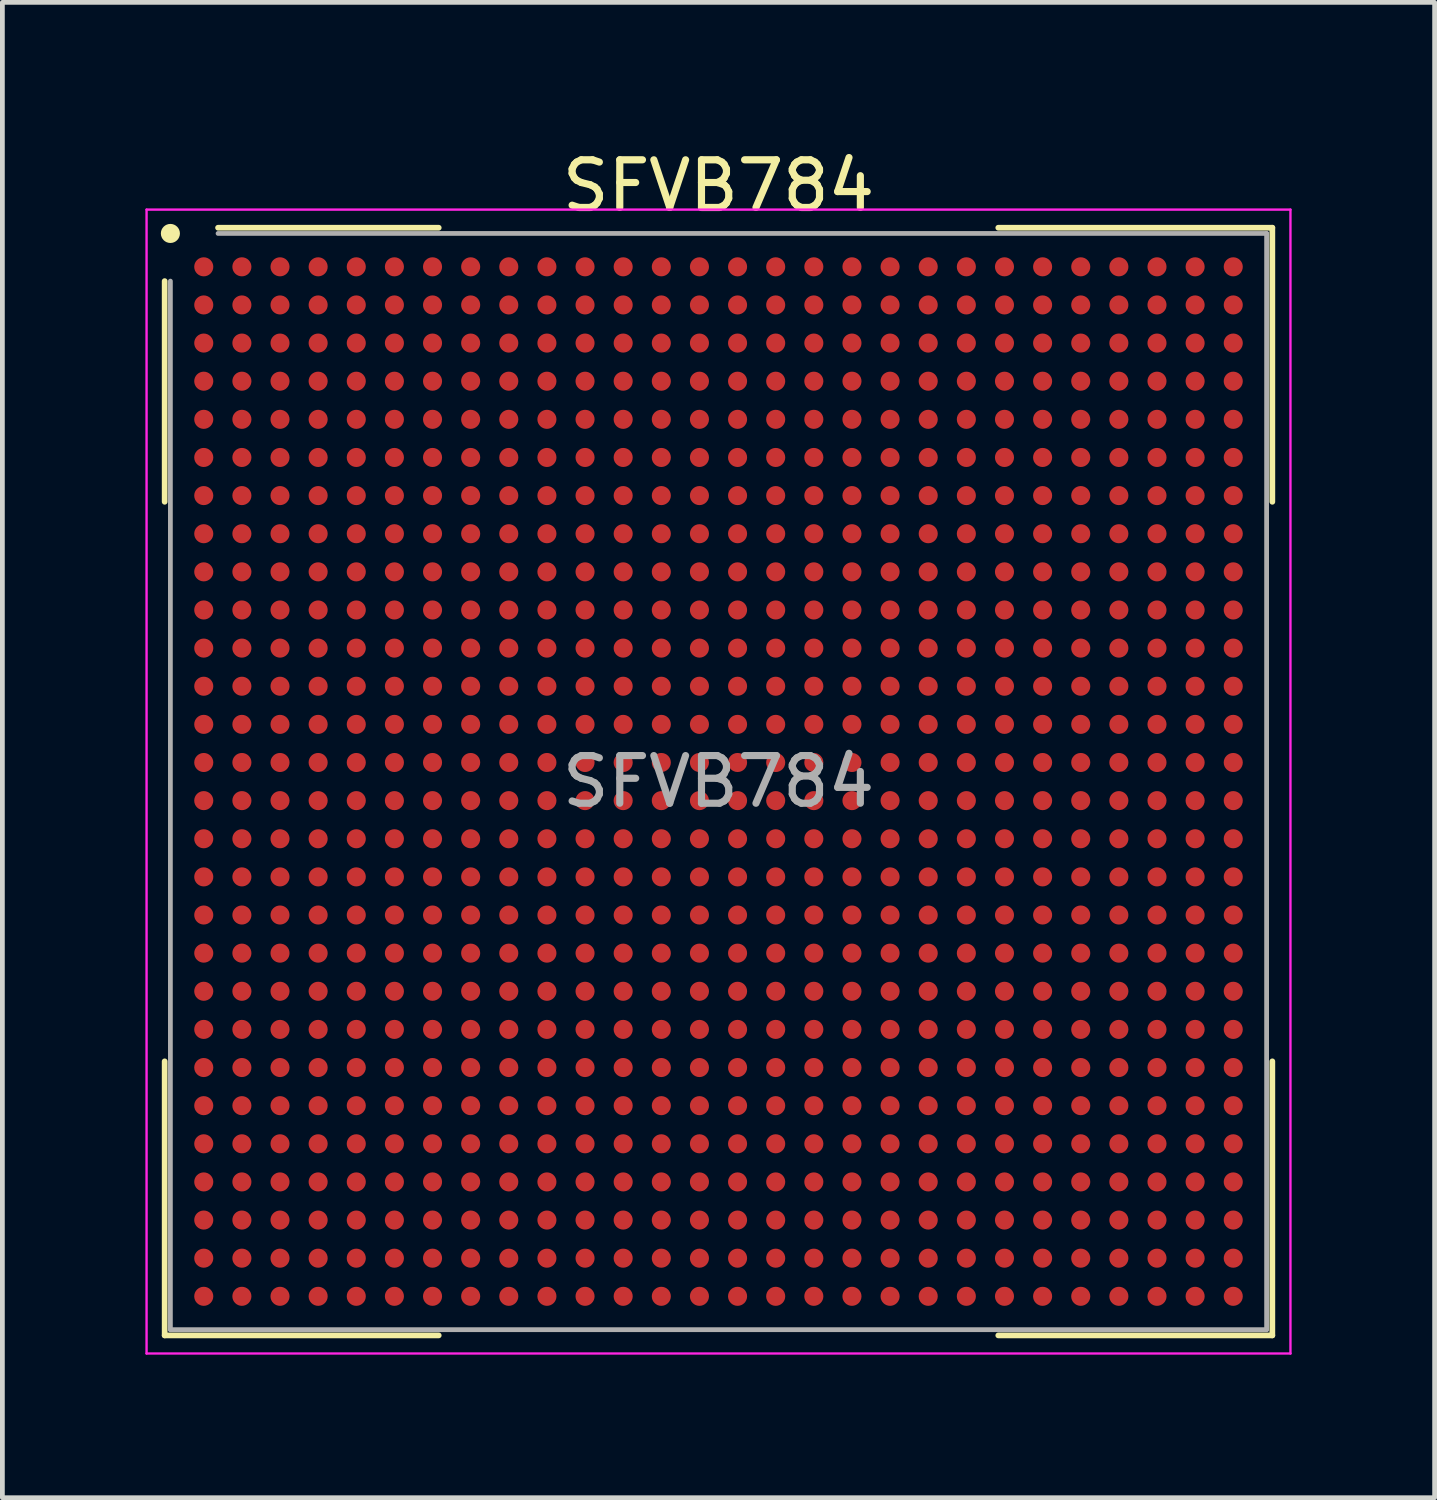
<source format=kicad_pcb>
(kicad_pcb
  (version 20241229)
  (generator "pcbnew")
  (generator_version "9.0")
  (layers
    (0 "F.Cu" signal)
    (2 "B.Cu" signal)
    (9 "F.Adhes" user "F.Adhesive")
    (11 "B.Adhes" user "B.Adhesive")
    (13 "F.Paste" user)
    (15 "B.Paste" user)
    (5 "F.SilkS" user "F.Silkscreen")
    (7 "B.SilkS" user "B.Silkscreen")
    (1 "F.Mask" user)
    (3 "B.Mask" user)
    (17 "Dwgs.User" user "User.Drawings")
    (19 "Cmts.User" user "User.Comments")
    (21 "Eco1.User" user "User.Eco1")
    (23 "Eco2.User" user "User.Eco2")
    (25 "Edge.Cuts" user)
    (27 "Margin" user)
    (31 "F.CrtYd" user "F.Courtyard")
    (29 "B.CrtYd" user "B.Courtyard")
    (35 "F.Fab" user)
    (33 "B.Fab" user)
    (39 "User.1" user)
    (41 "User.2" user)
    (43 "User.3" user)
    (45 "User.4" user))
  (footprint "SFVB784"
    (layer "F.Cu")
    (at 12.025 13.348)
    (property "Reference" "SFVB784" (at 0 -12.5 0) (layer "F.SilkS") (effects (font (size 1 1) (thickness 0.15))))
    (attr smd)
    (fp_line (start -11.62 -10.5) (end -11.62 -5.87) (stroke (width 0.12) (type default)) (layer "F.SilkS"))
    (fp_line (start -11.62 11.62) (end -11.62 5.87) (stroke (width 0.12) (type default)) (layer "F.SilkS"))
    (fp_line (start -5.87 -11.62) (end -10.5 -11.62) (stroke (width 0.12) (type default)) (layer "F.SilkS"))
    (fp_line (start -5.87 11.62) (end -11.62 11.62) (stroke (width 0.12) (type default)) (layer "F.SilkS"))
    (fp_line (start 5.87 -11.62) (end 11.62 -11.62) (stroke (width 0.12) (type default)) (layer "F.SilkS"))
    (fp_line (start 5.87 11.62) (end 11.62 11.62) (stroke (width 0.12) (type default)) (layer "F.SilkS"))
    (fp_line (start 11.62 -11.62) (end 11.62 -5.87) (stroke (width 0.12) (type default)) (layer "F.SilkS"))
    (fp_line (start 11.62 11.62) (end 11.62 5.87) (stroke (width 0.12) (type default)) (layer "F.SilkS"))
    (fp_circle (center -11.5 -11.5) (end -11.5 -11.4) (stroke (width 0.2) (type default)) (fill no) (layer "F.SilkS"))
    (fp_line (start -12 -12) (end 12 -12) (stroke (width 0.05) (type default)) (layer "F.CrtYd"))
    (fp_line (start -12 12) (end -12 -12) (stroke (width 0.05) (type default)) (layer "F.CrtYd"))
    (fp_line (start 12 -12) (end 12 12) (stroke (width 0.05) (type default)) (layer "F.CrtYd"))
    (fp_line (start 12 12) (end -12 12) (stroke (width 0.05) (type default)) (layer "F.CrtYd"))
    (fp_line (start -11.5 -10.5) (end -11.5 11.5) (stroke (width 0.1) (type default)) (layer "F.Fab"))
    (fp_line (start -11.5 11.5) (end 11.5 11.5) (stroke (width 0.1) (type default)) (layer "F.Fab"))
    (fp_line (start 11.5 -11.5) (end -10.5 -11.5) (stroke (width 0.1) (type default)) (layer "F.Fab"))
    (fp_line (start 11.5 11.5) (end 11.5 -11.5) (stroke (width 0.1) (type default)) (layer "F.Fab"))
    (fp_text user "${REFERENCE}" (at 0 0 0) (layer "F.Fab") (effects (font (size 1 1) (thickness 0.15))))
    (pad "A1" smd circle (at -10.8 -10.8) (size 0.4 0.4) (layers "F.Cu" "F.Mask" "F.Paste"))
    (pad "A2" smd circle (at -10 -10.8) (size 0.4 0.4) (layers "F.Cu" "F.Mask" "F.Paste"))
    (pad "A3" smd circle (at -9.2 -10.8) (size 0.4 0.4) (layers "F.Cu" "F.Mask" "F.Paste"))
    (pad "A4" smd circle (at -8.4 -10.8) (size 0.4 0.4) (layers "F.Cu" "F.Mask" "F.Paste"))
    (pad "A5" smd circle (at -7.6 -10.8) (size 0.4 0.4) (layers "F.Cu" "F.Mask" "F.Paste"))
    (pad "A6" smd circle (at -6.8 -10.8) (size 0.4 0.4) (layers "F.Cu" "F.Mask" "F.Paste"))
    (pad "A7" smd circle (at -6 -10.8) (size 0.4 0.4) (layers "F.Cu" "F.Mask" "F.Paste"))
    (pad "A8" smd circle (at -5.2 -10.8) (size 0.4 0.4) (layers "F.Cu" "F.Mask" "F.Paste"))
    (pad "A9" smd circle (at -4.4 -10.8) (size 0.4 0.4) (layers "F.Cu" "F.Mask" "F.Paste"))
    (pad "A10" smd circle (at -3.6 -10.8) (size 0.4 0.4) (layers "F.Cu" "F.Mask" "F.Paste"))
    (pad "A11" smd circle (at -2.8 -10.8) (size 0.4 0.4) (layers "F.Cu" "F.Mask" "F.Paste"))
    (pad "A12" smd circle (at -2 -10.8) (size 0.4 0.4) (layers "F.Cu" "F.Mask" "F.Paste"))
    (pad "A13" smd circle (at -1.2 -10.8) (size 0.4 0.4) (layers "F.Cu" "F.Mask" "F.Paste"))
    (pad "A14" smd circle (at -0.4 -10.8) (size 0.4 0.4) (layers "F.Cu" "F.Mask" "F.Paste"))
    (pad "A15" smd circle (at 0.4 -10.8) (size 0.4 0.4) (layers "F.Cu" "F.Mask" "F.Paste"))
    (pad "A16" smd circle (at 1.2 -10.8) (size 0.4 0.4) (layers "F.Cu" "F.Mask" "F.Paste"))
    (pad "A17" smd circle (at 2 -10.8) (size 0.4 0.4) (layers "F.Cu" "F.Mask" "F.Paste"))
    (pad "A18" smd circle (at 2.8 -10.8) (size 0.4 0.4) (layers "F.Cu" "F.Mask" "F.Paste"))
    (pad "A19" smd circle (at 3.6 -10.8) (size 0.4 0.4) (layers "F.Cu" "F.Mask" "F.Paste"))
    (pad "A20" smd circle (at 4.4 -10.8) (size 0.4 0.4) (layers "F.Cu" "F.Mask" "F.Paste"))
    (pad "A21" smd circle (at 5.2 -10.8) (size 0.4 0.4) (layers "F.Cu" "F.Mask" "F.Paste"))
    (pad "A22" smd circle (at 6 -10.8) (size 0.4 0.4) (layers "F.Cu" "F.Mask" "F.Paste"))
    (pad "A23" smd circle (at 6.8 -10.8) (size 0.4 0.4) (layers "F.Cu" "F.Mask" "F.Paste"))
    (pad "A24" smd circle (at 7.6 -10.8) (size 0.4 0.4) (layers "F.Cu" "F.Mask" "F.Paste"))
    (pad "A25" smd circle (at 8.4 -10.8) (size 0.4 0.4) (layers "F.Cu" "F.Mask" "F.Paste"))
    (pad "A26" smd circle (at 9.2 -10.8) (size 0.4 0.4) (layers "F.Cu" "F.Mask" "F.Paste"))
    (pad "A27" smd circle (at 10 -10.8) (size 0.4 0.4) (layers "F.Cu" "F.Mask" "F.Paste"))
    (pad "A28" smd circle (at 10.8 -10.8) (size 0.4 0.4) (layers "F.Cu" "F.Mask" "F.Paste"))
    (pad "AA1" smd circle (at -10.8 5.2) (size 0.4 0.4) (layers "F.Cu" "F.Mask" "F.Paste"))
    (pad "AA2" smd circle (at -10 5.2) (size 0.4 0.4) (layers "F.Cu" "F.Mask" "F.Paste"))
    (pad "AA3" smd circle (at -9.2 5.2) (size 0.4 0.4) (layers "F.Cu" "F.Mask" "F.Paste"))
    (pad "AA4" smd circle (at -8.4 5.2) (size 0.4 0.4) (layers "F.Cu" "F.Mask" "F.Paste"))
    (pad "AA5" smd circle (at -7.6 5.2) (size 0.4 0.4) (layers "F.Cu" "F.Mask" "F.Paste"))
    (pad "AA6" smd circle (at -6.8 5.2) (size 0.4 0.4) (layers "F.Cu" "F.Mask" "F.Paste"))
    (pad "AA7" smd circle (at -6 5.2) (size 0.4 0.4) (layers "F.Cu" "F.Mask" "F.Paste"))
    (pad "AA8" smd circle (at -5.2 5.2) (size 0.4 0.4) (layers "F.Cu" "F.Mask" "F.Paste"))
    (pad "AA9" smd circle (at -4.4 5.2) (size 0.4 0.4) (layers "F.Cu" "F.Mask" "F.Paste"))
    (pad "AA10" smd circle (at -3.6 5.2) (size 0.4 0.4) (layers "F.Cu" "F.Mask" "F.Paste"))
    (pad "AA11" smd circle (at -2.8 5.2) (size 0.4 0.4) (layers "F.Cu" "F.Mask" "F.Paste"))
    (pad "AA12" smd circle (at -2 5.2) (size 0.4 0.4) (layers "F.Cu" "F.Mask" "F.Paste"))
    (pad "AA13" smd circle (at -1.2 5.2) (size 0.4 0.4) (layers "F.Cu" "F.Mask" "F.Paste"))
    (pad "AA14" smd circle (at -0.4 5.2) (size 0.4 0.4) (layers "F.Cu" "F.Mask" "F.Paste"))
    (pad "AA15" smd circle (at 0.4 5.2) (size 0.4 0.4) (layers "F.Cu" "F.Mask" "F.Paste"))
    (pad "AA16" smd circle (at 1.2 5.2) (size 0.4 0.4) (layers "F.Cu" "F.Mask" "F.Paste"))
    (pad "AA17" smd circle (at 2 5.2) (size 0.4 0.4) (layers "F.Cu" "F.Mask" "F.Paste"))
    (pad "AA18" smd circle (at 2.8 5.2) (size 0.4 0.4) (layers "F.Cu" "F.Mask" "F.Paste"))
    (pad "AA19" smd circle (at 3.6 5.2) (size 0.4 0.4) (layers "F.Cu" "F.Mask" "F.Paste"))
    (pad "AA20" smd circle (at 4.4 5.2) (size 0.4 0.4) (layers "F.Cu" "F.Mask" "F.Paste"))
    (pad "AA21" smd circle (at 5.2 5.2) (size 0.4 0.4) (layers "F.Cu" "F.Mask" "F.Paste"))
    (pad "AA22" smd circle (at 6 5.2) (size 0.4 0.4) (layers "F.Cu" "F.Mask" "F.Paste"))
    (pad "AA23" smd circle (at 6.8 5.2) (size 0.4 0.4) (layers "F.Cu" "F.Mask" "F.Paste"))
    (pad "AA24" smd circle (at 7.6 5.2) (size 0.4 0.4) (layers "F.Cu" "F.Mask" "F.Paste"))
    (pad "AA25" smd circle (at 8.4 5.2) (size 0.4 0.4) (layers "F.Cu" "F.Mask" "F.Paste"))
    (pad "AA26" smd circle (at 9.2 5.2) (size 0.4 0.4) (layers "F.Cu" "F.Mask" "F.Paste"))
    (pad "AA27" smd circle (at 10 5.2) (size 0.4 0.4) (layers "F.Cu" "F.Mask" "F.Paste"))
    (pad "AA28" smd circle (at 10.8 5.2) (size 0.4 0.4) (layers "F.Cu" "F.Mask" "F.Paste"))
    (pad "AB1" smd circle (at -10.8 6) (size 0.4 0.4) (layers "F.Cu" "F.Mask" "F.Paste"))
    (pad "AB2" smd circle (at -10 6) (size 0.4 0.4) (layers "F.Cu" "F.Mask" "F.Paste"))
    (pad "AB3" smd circle (at -9.2 6) (size 0.4 0.4) (layers "F.Cu" "F.Mask" "F.Paste"))
    (pad "AB4" smd circle (at -8.4 6) (size 0.4 0.4) (layers "F.Cu" "F.Mask" "F.Paste"))
    (pad "AB5" smd circle (at -7.6 6) (size 0.4 0.4) (layers "F.Cu" "F.Mask" "F.Paste"))
    (pad "AB6" smd circle (at -6.8 6) (size 0.4 0.4) (layers "F.Cu" "F.Mask" "F.Paste"))
    (pad "AB7" smd circle (at -6 6) (size 0.4 0.4) (layers "F.Cu" "F.Mask" "F.Paste"))
    (pad "AB8" smd circle (at -5.2 6) (size 0.4 0.4) (layers "F.Cu" "F.Mask" "F.Paste"))
    (pad "AB9" smd circle (at -4.4 6) (size 0.4 0.4) (layers "F.Cu" "F.Mask" "F.Paste"))
    (pad "AB10" smd circle (at -3.6 6) (size 0.4 0.4) (layers "F.Cu" "F.Mask" "F.Paste"))
    (pad "AB11" smd circle (at -2.8 6) (size 0.4 0.4) (layers "F.Cu" "F.Mask" "F.Paste"))
    (pad "AB12" smd circle (at -2 6) (size 0.4 0.4) (layers "F.Cu" "F.Mask" "F.Paste"))
    (pad "AB13" smd circle (at -1.2 6) (size 0.4 0.4) (layers "F.Cu" "F.Mask" "F.Paste"))
    (pad "AB14" smd circle (at -0.4 6) (size 0.4 0.4) (layers "F.Cu" "F.Mask" "F.Paste"))
    (pad "AB15" smd circle (at 0.4 6) (size 0.4 0.4) (layers "F.Cu" "F.Mask" "F.Paste"))
    (pad "AB16" smd circle (at 1.2 6) (size 0.4 0.4) (layers "F.Cu" "F.Mask" "F.Paste"))
    (pad "AB17" smd circle (at 2 6) (size 0.4 0.4) (layers "F.Cu" "F.Mask" "F.Paste"))
    (pad "AB18" smd circle (at 2.8 6) (size 0.4 0.4) (layers "F.Cu" "F.Mask" "F.Paste"))
    (pad "AB19" smd circle (at 3.6 6) (size 0.4 0.4) (layers "F.Cu" "F.Mask" "F.Paste"))
    (pad "AB20" smd circle (at 4.4 6) (size 0.4 0.4) (layers "F.Cu" "F.Mask" "F.Paste"))
    (pad "AB21" smd circle (at 5.2 6) (size 0.4 0.4) (layers "F.Cu" "F.Mask" "F.Paste"))
    (pad "AB22" smd circle (at 6 6) (size 0.4 0.4) (layers "F.Cu" "F.Mask" "F.Paste"))
    (pad "AB23" smd circle (at 6.8 6) (size 0.4 0.4) (layers "F.Cu" "F.Mask" "F.Paste"))
    (pad "AB24" smd circle (at 7.6 6) (size 0.4 0.4) (layers "F.Cu" "F.Mask" "F.Paste"))
    (pad "AB25" smd circle (at 8.4 6) (size 0.4 0.4) (layers "F.Cu" "F.Mask" "F.Paste"))
    (pad "AB26" smd circle (at 9.2 6) (size 0.4 0.4) (layers "F.Cu" "F.Mask" "F.Paste"))
    (pad "AB27" smd circle (at 10 6) (size 0.4 0.4) (layers "F.Cu" "F.Mask" "F.Paste"))
    (pad "AB28" smd circle (at 10.8 6) (size 0.4 0.4) (layers "F.Cu" "F.Mask" "F.Paste"))
    (pad "AC1" smd circle (at -10.8 6.8) (size 0.4 0.4) (layers "F.Cu" "F.Mask" "F.Paste"))
    (pad "AC2" smd circle (at -10 6.8) (size 0.4 0.4) (layers "F.Cu" "F.Mask" "F.Paste"))
    (pad "AC3" smd circle (at -9.2 6.8) (size 0.4 0.4) (layers "F.Cu" "F.Mask" "F.Paste"))
    (pad "AC4" smd circle (at -8.4 6.8) (size 0.4 0.4) (layers "F.Cu" "F.Mask" "F.Paste"))
    (pad "AC5" smd circle (at -7.6 6.8) (size 0.4 0.4) (layers "F.Cu" "F.Mask" "F.Paste"))
    (pad "AC6" smd circle (at -6.8 6.8) (size 0.4 0.4) (layers "F.Cu" "F.Mask" "F.Paste"))
    (pad "AC7" smd circle (at -6 6.8) (size 0.4 0.4) (layers "F.Cu" "F.Mask" "F.Paste"))
    (pad "AC8" smd circle (at -5.2 6.8) (size 0.4 0.4) (layers "F.Cu" "F.Mask" "F.Paste"))
    (pad "AC9" smd circle (at -4.4 6.8) (size 0.4 0.4) (layers "F.Cu" "F.Mask" "F.Paste"))
    (pad "AC10" smd circle (at -3.6 6.8) (size 0.4 0.4) (layers "F.Cu" "F.Mask" "F.Paste"))
    (pad "AC11" smd circle (at -2.8 6.8) (size 0.4 0.4) (layers "F.Cu" "F.Mask" "F.Paste"))
    (pad "AC12" smd circle (at -2 6.8) (size 0.4 0.4) (layers "F.Cu" "F.Mask" "F.Paste"))
    (pad "AC13" smd circle (at -1.2 6.8) (size 0.4 0.4) (layers "F.Cu" "F.Mask" "F.Paste"))
    (pad "AC14" smd circle (at -0.4 6.8) (size 0.4 0.4) (layers "F.Cu" "F.Mask" "F.Paste"))
    (pad "AC15" smd circle (at 0.4 6.8) (size 0.4 0.4) (layers "F.Cu" "F.Mask" "F.Paste"))
    (pad "AC16" smd circle (at 1.2 6.8) (size 0.4 0.4) (layers "F.Cu" "F.Mask" "F.Paste"))
    (pad "AC17" smd circle (at 2 6.8) (size 0.4 0.4) (layers "F.Cu" "F.Mask" "F.Paste"))
    (pad "AC18" smd circle (at 2.8 6.8) (size 0.4 0.4) (layers "F.Cu" "F.Mask" "F.Paste"))
    (pad "AC19" smd circle (at 3.6 6.8) (size 0.4 0.4) (layers "F.Cu" "F.Mask" "F.Paste"))
    (pad "AC20" smd circle (at 4.4 6.8) (size 0.4 0.4) (layers "F.Cu" "F.Mask" "F.Paste"))
    (pad "AC21" smd circle (at 5.2 6.8) (size 0.4 0.4) (layers "F.Cu" "F.Mask" "F.Paste"))
    (pad "AC22" smd circle (at 6 6.8) (size 0.4 0.4) (layers "F.Cu" "F.Mask" "F.Paste"))
    (pad "AC23" smd circle (at 6.8 6.8) (size 0.4 0.4) (layers "F.Cu" "F.Mask" "F.Paste"))
    (pad "AC24" smd circle (at 7.6 6.8) (size 0.4 0.4) (layers "F.Cu" "F.Mask" "F.Paste"))
    (pad "AC25" smd circle (at 8.4 6.8) (size 0.4 0.4) (layers "F.Cu" "F.Mask" "F.Paste"))
    (pad "AC26" smd circle (at 9.2 6.8) (size 0.4 0.4) (layers "F.Cu" "F.Mask" "F.Paste"))
    (pad "AC27" smd circle (at 10 6.8) (size 0.4 0.4) (layers "F.Cu" "F.Mask" "F.Paste"))
    (pad "AC28" smd circle (at 10.8 6.8) (size 0.4 0.4) (layers "F.Cu" "F.Mask" "F.Paste"))
    (pad "AD1" smd circle (at -10.8 7.6) (size 0.4 0.4) (layers "F.Cu" "F.Mask" "F.Paste"))
    (pad "AD2" smd circle (at -10 7.6) (size 0.4 0.4) (layers "F.Cu" "F.Mask" "F.Paste"))
    (pad "AD3" smd circle (at -9.2 7.6) (size 0.4 0.4) (layers "F.Cu" "F.Mask" "F.Paste"))
    (pad "AD4" smd circle (at -8.4 7.6) (size 0.4 0.4) (layers "F.Cu" "F.Mask" "F.Paste"))
    (pad "AD5" smd circle (at -7.6 7.6) (size 0.4 0.4) (layers "F.Cu" "F.Mask" "F.Paste"))
    (pad "AD6" smd circle (at -6.8 7.6) (size 0.4 0.4) (layers "F.Cu" "F.Mask" "F.Paste"))
    (pad "AD7" smd circle (at -6 7.6) (size 0.4 0.4) (layers "F.Cu" "F.Mask" "F.Paste"))
    (pad "AD8" smd circle (at -5.2 7.6) (size 0.4 0.4) (layers "F.Cu" "F.Mask" "F.Paste"))
    (pad "AD9" smd circle (at -4.4 7.6) (size 0.4 0.4) (layers "F.Cu" "F.Mask" "F.Paste"))
    (pad "AD10" smd circle (at -3.6 7.6) (size 0.4 0.4) (layers "F.Cu" "F.Mask" "F.Paste"))
    (pad "AD11" smd circle (at -2.8 7.6) (size 0.4 0.4) (layers "F.Cu" "F.Mask" "F.Paste"))
    (pad "AD12" smd circle (at -2 7.6) (size 0.4 0.4) (layers "F.Cu" "F.Mask" "F.Paste"))
    (pad "AD13" smd circle (at -1.2 7.6) (size 0.4 0.4) (layers "F.Cu" "F.Mask" "F.Paste"))
    (pad "AD14" smd circle (at -0.4 7.6) (size 0.4 0.4) (layers "F.Cu" "F.Mask" "F.Paste"))
    (pad "AD15" smd circle (at 0.4 7.6) (size 0.4 0.4) (layers "F.Cu" "F.Mask" "F.Paste"))
    (pad "AD16" smd circle (at 1.2 7.6) (size 0.4 0.4) (layers "F.Cu" "F.Mask" "F.Paste"))
    (pad "AD17" smd circle (at 2 7.6) (size 0.4 0.4) (layers "F.Cu" "F.Mask" "F.Paste"))
    (pad "AD18" smd circle (at 2.8 7.6) (size 0.4 0.4) (layers "F.Cu" "F.Mask" "F.Paste"))
    (pad "AD19" smd circle (at 3.6 7.6) (size 0.4 0.4) (layers "F.Cu" "F.Mask" "F.Paste"))
    (pad "AD20" smd circle (at 4.4 7.6) (size 0.4 0.4) (layers "F.Cu" "F.Mask" "F.Paste"))
    (pad "AD21" smd circle (at 5.2 7.6) (size 0.4 0.4) (layers "F.Cu" "F.Mask" "F.Paste"))
    (pad "AD22" smd circle (at 6 7.6) (size 0.4 0.4) (layers "F.Cu" "F.Mask" "F.Paste"))
    (pad "AD23" smd circle (at 6.8 7.6) (size 0.4 0.4) (layers "F.Cu" "F.Mask" "F.Paste"))
    (pad "AD24" smd circle (at 7.6 7.6) (size 0.4 0.4) (layers "F.Cu" "F.Mask" "F.Paste"))
    (pad "AD25" smd circle (at 8.4 7.6) (size 0.4 0.4) (layers "F.Cu" "F.Mask" "F.Paste"))
    (pad "AD26" smd circle (at 9.2 7.6) (size 0.4 0.4) (layers "F.Cu" "F.Mask" "F.Paste"))
    (pad "AD27" smd circle (at 10 7.6) (size 0.4 0.4) (layers "F.Cu" "F.Mask" "F.Paste"))
    (pad "AD28" smd circle (at 10.8 7.6) (size 0.4 0.4) (layers "F.Cu" "F.Mask" "F.Paste"))
    (pad "AE1" smd circle (at -10.8 8.4) (size 0.4 0.4) (layers "F.Cu" "F.Mask" "F.Paste"))
    (pad "AE2" smd circle (at -10 8.4) (size 0.4 0.4) (layers "F.Cu" "F.Mask" "F.Paste"))
    (pad "AE3" smd circle (at -9.2 8.4) (size 0.4 0.4) (layers "F.Cu" "F.Mask" "F.Paste"))
    (pad "AE4" smd circle (at -8.4 8.4) (size 0.4 0.4) (layers "F.Cu" "F.Mask" "F.Paste"))
    (pad "AE5" smd circle (at -7.6 8.4) (size 0.4 0.4) (layers "F.Cu" "F.Mask" "F.Paste"))
    (pad "AE6" smd circle (at -6.8 8.4) (size 0.4 0.4) (layers "F.Cu" "F.Mask" "F.Paste"))
    (pad "AE7" smd circle (at -6 8.4) (size 0.4 0.4) (layers "F.Cu" "F.Mask" "F.Paste"))
    (pad "AE8" smd circle (at -5.2 8.4) (size 0.4 0.4) (layers "F.Cu" "F.Mask" "F.Paste"))
    (pad "AE9" smd circle (at -4.4 8.4) (size 0.4 0.4) (layers "F.Cu" "F.Mask" "F.Paste"))
    (pad "AE10" smd circle (at -3.6 8.4) (size 0.4 0.4) (layers "F.Cu" "F.Mask" "F.Paste"))
    (pad "AE11" smd circle (at -2.8 8.4) (size 0.4 0.4) (layers "F.Cu" "F.Mask" "F.Paste"))
    (pad "AE12" smd circle (at -2 8.4) (size 0.4 0.4) (layers "F.Cu" "F.Mask" "F.Paste"))
    (pad "AE13" smd circle (at -1.2 8.4) (size 0.4 0.4) (layers "F.Cu" "F.Mask" "F.Paste"))
    (pad "AE14" smd circle (at -0.4 8.4) (size 0.4 0.4) (layers "F.Cu" "F.Mask" "F.Paste"))
    (pad "AE15" smd circle (at 0.4 8.4) (size 0.4 0.4) (layers "F.Cu" "F.Mask" "F.Paste"))
    (pad "AE16" smd circle (at 1.2 8.4) (size 0.4 0.4) (layers "F.Cu" "F.Mask" "F.Paste"))
    (pad "AE17" smd circle (at 2 8.4) (size 0.4 0.4) (layers "F.Cu" "F.Mask" "F.Paste"))
    (pad "AE18" smd circle (at 2.8 8.4) (size 0.4 0.4) (layers "F.Cu" "F.Mask" "F.Paste"))
    (pad "AE19" smd circle (at 3.6 8.4) (size 0.4 0.4) (layers "F.Cu" "F.Mask" "F.Paste"))
    (pad "AE20" smd circle (at 4.4 8.4) (size 0.4 0.4) (layers "F.Cu" "F.Mask" "F.Paste"))
    (pad "AE21" smd circle (at 5.2 8.4) (size 0.4 0.4) (layers "F.Cu" "F.Mask" "F.Paste"))
    (pad "AE22" smd circle (at 6 8.4) (size 0.4 0.4) (layers "F.Cu" "F.Mask" "F.Paste"))
    (pad "AE23" smd circle (at 6.8 8.4) (size 0.4 0.4) (layers "F.Cu" "F.Mask" "F.Paste"))
    (pad "AE24" smd circle (at 7.6 8.4) (size 0.4 0.4) (layers "F.Cu" "F.Mask" "F.Paste"))
    (pad "AE25" smd circle (at 8.4 8.4) (size 0.4 0.4) (layers "F.Cu" "F.Mask" "F.Paste"))
    (pad "AE26" smd circle (at 9.2 8.4) (size 0.4 0.4) (layers "F.Cu" "F.Mask" "F.Paste"))
    (pad "AE27" smd circle (at 10 8.4) (size 0.4 0.4) (layers "F.Cu" "F.Mask" "F.Paste"))
    (pad "AE28" smd circle (at 10.8 8.4) (size 0.4 0.4) (layers "F.Cu" "F.Mask" "F.Paste"))
    (pad "AF1" smd circle (at -10.8 9.2) (size 0.4 0.4) (layers "F.Cu" "F.Mask" "F.Paste"))
    (pad "AF2" smd circle (at -10 9.2) (size 0.4 0.4) (layers "F.Cu" "F.Mask" "F.Paste"))
    (pad "AF3" smd circle (at -9.2 9.2) (size 0.4 0.4) (layers "F.Cu" "F.Mask" "F.Paste"))
    (pad "AF4" smd circle (at -8.4 9.2) (size 0.4 0.4) (layers "F.Cu" "F.Mask" "F.Paste"))
    (pad "AF5" smd circle (at -7.6 9.2) (size 0.4 0.4) (layers "F.Cu" "F.Mask" "F.Paste"))
    (pad "AF6" smd circle (at -6.8 9.2) (size 0.4 0.4) (layers "F.Cu" "F.Mask" "F.Paste"))
    (pad "AF7" smd circle (at -6 9.2) (size 0.4 0.4) (layers "F.Cu" "F.Mask" "F.Paste"))
    (pad "AF8" smd circle (at -5.2 9.2) (size 0.4 0.4) (layers "F.Cu" "F.Mask" "F.Paste"))
    (pad "AF9" smd circle (at -4.4 9.2) (size 0.4 0.4) (layers "F.Cu" "F.Mask" "F.Paste"))
    (pad "AF10" smd circle (at -3.6 9.2) (size 0.4 0.4) (layers "F.Cu" "F.Mask" "F.Paste"))
    (pad "AF11" smd circle (at -2.8 9.2) (size 0.4 0.4) (layers "F.Cu" "F.Mask" "F.Paste"))
    (pad "AF12" smd circle (at -2 9.2) (size 0.4 0.4) (layers "F.Cu" "F.Mask" "F.Paste"))
    (pad "AF13" smd circle (at -1.2 9.2) (size 0.4 0.4) (layers "F.Cu" "F.Mask" "F.Paste"))
    (pad "AF14" smd circle (at -0.4 9.2) (size 0.4 0.4) (layers "F.Cu" "F.Mask" "F.Paste"))
    (pad "AF15" smd circle (at 0.4 9.2) (size 0.4 0.4) (layers "F.Cu" "F.Mask" "F.Paste"))
    (pad "AF16" smd circle (at 1.2 9.2) (size 0.4 0.4) (layers "F.Cu" "F.Mask" "F.Paste"))
    (pad "AF17" smd circle (at 2 9.2) (size 0.4 0.4) (layers "F.Cu" "F.Mask" "F.Paste"))
    (pad "AF18" smd circle (at 2.8 9.2) (size 0.4 0.4) (layers "F.Cu" "F.Mask" "F.Paste"))
    (pad "AF19" smd circle (at 3.6 9.2) (size 0.4 0.4) (layers "F.Cu" "F.Mask" "F.Paste"))
    (pad "AF20" smd circle (at 4.4 9.2) (size 0.4 0.4) (layers "F.Cu" "F.Mask" "F.Paste"))
    (pad "AF21" smd circle (at 5.2 9.2) (size 0.4 0.4) (layers "F.Cu" "F.Mask" "F.Paste"))
    (pad "AF22" smd circle (at 6 9.2) (size 0.4 0.4) (layers "F.Cu" "F.Mask" "F.Paste"))
    (pad "AF23" smd circle (at 6.8 9.2) (size 0.4 0.4) (layers "F.Cu" "F.Mask" "F.Paste"))
    (pad "AF24" smd circle (at 7.6 9.2) (size 0.4 0.4) (layers "F.Cu" "F.Mask" "F.Paste"))
    (pad "AF25" smd circle (at 8.4 9.2) (size 0.4 0.4) (layers "F.Cu" "F.Mask" "F.Paste"))
    (pad "AF26" smd circle (at 9.2 9.2) (size 0.4 0.4) (layers "F.Cu" "F.Mask" "F.Paste"))
    (pad "AF27" smd circle (at 10 9.2) (size 0.4 0.4) (layers "F.Cu" "F.Mask" "F.Paste"))
    (pad "AF28" smd circle (at 10.8 9.2) (size 0.4 0.4) (layers "F.Cu" "F.Mask" "F.Paste"))
    (pad "AG1" smd circle (at -10.8 10) (size 0.4 0.4) (layers "F.Cu" "F.Mask" "F.Paste"))
    (pad "AG2" smd circle (at -10 10) (size 0.4 0.4) (layers "F.Cu" "F.Mask" "F.Paste"))
    (pad "AG3" smd circle (at -9.2 10) (size 0.4 0.4) (layers "F.Cu" "F.Mask" "F.Paste"))
    (pad "AG4" smd circle (at -8.4 10) (size 0.4 0.4) (layers "F.Cu" "F.Mask" "F.Paste"))
    (pad "AG5" smd circle (at -7.6 10) (size 0.4 0.4) (layers "F.Cu" "F.Mask" "F.Paste"))
    (pad "AG6" smd circle (at -6.8 10) (size 0.4 0.4) (layers "F.Cu" "F.Mask" "F.Paste"))
    (pad "AG7" smd circle (at -6 10) (size 0.4 0.4) (layers "F.Cu" "F.Mask" "F.Paste"))
    (pad "AG8" smd circle (at -5.2 10) (size 0.4 0.4) (layers "F.Cu" "F.Mask" "F.Paste"))
    (pad "AG9" smd circle (at -4.4 10) (size 0.4 0.4) (layers "F.Cu" "F.Mask" "F.Paste"))
    (pad "AG10" smd circle (at -3.6 10) (size 0.4 0.4) (layers "F.Cu" "F.Mask" "F.Paste"))
    (pad "AG11" smd circle (at -2.8 10) (size 0.4 0.4) (layers "F.Cu" "F.Mask" "F.Paste"))
    (pad "AG12" smd circle (at -2 10) (size 0.4 0.4) (layers "F.Cu" "F.Mask" "F.Paste"))
    (pad "AG13" smd circle (at -1.2 10) (size 0.4 0.4) (layers "F.Cu" "F.Mask" "F.Paste"))
    (pad "AG14" smd circle (at -0.4 10) (size 0.4 0.4) (layers "F.Cu" "F.Mask" "F.Paste"))
    (pad "AG15" smd circle (at 0.4 10) (size 0.4 0.4) (layers "F.Cu" "F.Mask" "F.Paste"))
    (pad "AG16" smd circle (at 1.2 10) (size 0.4 0.4) (layers "F.Cu" "F.Mask" "F.Paste"))
    (pad "AG17" smd circle (at 2 10) (size 0.4 0.4) (layers "F.Cu" "F.Mask" "F.Paste"))
    (pad "AG18" smd circle (at 2.8 10) (size 0.4 0.4) (layers "F.Cu" "F.Mask" "F.Paste"))
    (pad "AG19" smd circle (at 3.6 10) (size 0.4 0.4) (layers "F.Cu" "F.Mask" "F.Paste"))
    (pad "AG20" smd circle (at 4.4 10) (size 0.4 0.4) (layers "F.Cu" "F.Mask" "F.Paste"))
    (pad "AG21" smd circle (at 5.2 10) (size 0.4 0.4) (layers "F.Cu" "F.Mask" "F.Paste"))
    (pad "AG22" smd circle (at 6 10) (size 0.4 0.4) (layers "F.Cu" "F.Mask" "F.Paste"))
    (pad "AG23" smd circle (at 6.8 10) (size 0.4 0.4) (layers "F.Cu" "F.Mask" "F.Paste"))
    (pad "AG24" smd circle (at 7.6 10) (size 0.4 0.4) (layers "F.Cu" "F.Mask" "F.Paste"))
    (pad "AG25" smd circle (at 8.4 10) (size 0.4 0.4) (layers "F.Cu" "F.Mask" "F.Paste"))
    (pad "AG26" smd circle (at 9.2 10) (size 0.4 0.4) (layers "F.Cu" "F.Mask" "F.Paste"))
    (pad "AG27" smd circle (at 10 10) (size 0.4 0.4) (layers "F.Cu" "F.Mask" "F.Paste"))
    (pad "AG28" smd circle (at 10.8 10) (size 0.4 0.4) (layers "F.Cu" "F.Mask" "F.Paste"))
    (pad "AH1" smd circle (at -10.8 10.8) (size 0.4 0.4) (layers "F.Cu" "F.Mask" "F.Paste"))
    (pad "AH2" smd circle (at -10 10.8) (size 0.4 0.4) (layers "F.Cu" "F.Mask" "F.Paste"))
    (pad "AH3" smd circle (at -9.2 10.8) (size 0.4 0.4) (layers "F.Cu" "F.Mask" "F.Paste"))
    (pad "AH4" smd circle (at -8.4 10.8) (size 0.4 0.4) (layers "F.Cu" "F.Mask" "F.Paste"))
    (pad "AH5" smd circle (at -7.6 10.8) (size 0.4 0.4) (layers "F.Cu" "F.Mask" "F.Paste"))
    (pad "AH6" smd circle (at -6.8 10.8) (size 0.4 0.4) (layers "F.Cu" "F.Mask" "F.Paste"))
    (pad "AH7" smd circle (at -6 10.8) (size 0.4 0.4) (layers "F.Cu" "F.Mask" "F.Paste"))
    (pad "AH8" smd circle (at -5.2 10.8) (size 0.4 0.4) (layers "F.Cu" "F.Mask" "F.Paste"))
    (pad "AH9" smd circle (at -4.4 10.8) (size 0.4 0.4) (layers "F.Cu" "F.Mask" "F.Paste"))
    (pad "AH10" smd circle (at -3.6 10.8) (size 0.4 0.4) (layers "F.Cu" "F.Mask" "F.Paste"))
    (pad "AH11" smd circle (at -2.8 10.8) (size 0.4 0.4) (layers "F.Cu" "F.Mask" "F.Paste"))
    (pad "AH12" smd circle (at -2 10.8) (size 0.4 0.4) (layers "F.Cu" "F.Mask" "F.Paste"))
    (pad "AH13" smd circle (at -1.2 10.8) (size 0.4 0.4) (layers "F.Cu" "F.Mask" "F.Paste"))
    (pad "AH14" smd circle (at -0.4 10.8) (size 0.4 0.4) (layers "F.Cu" "F.Mask" "F.Paste"))
    (pad "AH15" smd circle (at 0.4 10.8) (size 0.4 0.4) (layers "F.Cu" "F.Mask" "F.Paste"))
    (pad "AH16" smd circle (at 1.2 10.8) (size 0.4 0.4) (layers "F.Cu" "F.Mask" "F.Paste"))
    (pad "AH17" smd circle (at 2 10.8) (size 0.4 0.4) (layers "F.Cu" "F.Mask" "F.Paste"))
    (pad "AH18" smd circle (at 2.8 10.8) (size 0.4 0.4) (layers "F.Cu" "F.Mask" "F.Paste"))
    (pad "AH19" smd circle (at 3.6 10.8) (size 0.4 0.4) (layers "F.Cu" "F.Mask" "F.Paste"))
    (pad "AH20" smd circle (at 4.4 10.8) (size 0.4 0.4) (layers "F.Cu" "F.Mask" "F.Paste"))
    (pad "AH21" smd circle (at 5.2 10.8) (size 0.4 0.4) (layers "F.Cu" "F.Mask" "F.Paste"))
    (pad "AH22" smd circle (at 6 10.8) (size 0.4 0.4) (layers "F.Cu" "F.Mask" "F.Paste"))
    (pad "AH23" smd circle (at 6.8 10.8) (size 0.4 0.4) (layers "F.Cu" "F.Mask" "F.Paste"))
    (pad "AH24" smd circle (at 7.6 10.8) (size 0.4 0.4) (layers "F.Cu" "F.Mask" "F.Paste"))
    (pad "AH25" smd circle (at 8.4 10.8) (size 0.4 0.4) (layers "F.Cu" "F.Mask" "F.Paste"))
    (pad "AH26" smd circle (at 9.2 10.8) (size 0.4 0.4) (layers "F.Cu" "F.Mask" "F.Paste"))
    (pad "AH27" smd circle (at 10 10.8) (size 0.4 0.4) (layers "F.Cu" "F.Mask" "F.Paste"))
    (pad "AH28" smd circle (at 10.8 10.8) (size 0.4 0.4) (layers "F.Cu" "F.Mask" "F.Paste"))
    (pad "B1" smd circle (at -10.8 -10) (size 0.4 0.4) (layers "F.Cu" "F.Mask" "F.Paste"))
    (pad "B2" smd circle (at -10 -10) (size 0.4 0.4) (layers "F.Cu" "F.Mask" "F.Paste"))
    (pad "B3" smd circle (at -9.2 -10) (size 0.4 0.4) (layers "F.Cu" "F.Mask" "F.Paste"))
    (pad "B4" smd circle (at -8.4 -10) (size 0.4 0.4) (layers "F.Cu" "F.Mask" "F.Paste"))
    (pad "B5" smd circle (at -7.6 -10) (size 0.4 0.4) (layers "F.Cu" "F.Mask" "F.Paste"))
    (pad "B6" smd circle (at -6.8 -10) (size 0.4 0.4) (layers "F.Cu" "F.Mask" "F.Paste"))
    (pad "B7" smd circle (at -6 -10) (size 0.4 0.4) (layers "F.Cu" "F.Mask" "F.Paste"))
    (pad "B8" smd circle (at -5.2 -10) (size 0.4 0.4) (layers "F.Cu" "F.Mask" "F.Paste"))
    (pad "B9" smd circle (at -4.4 -10) (size 0.4 0.4) (layers "F.Cu" "F.Mask" "F.Paste"))
    (pad "B10" smd circle (at -3.6 -10) (size 0.4 0.4) (layers "F.Cu" "F.Mask" "F.Paste"))
    (pad "B11" smd circle (at -2.8 -10) (size 0.4 0.4) (layers "F.Cu" "F.Mask" "F.Paste"))
    (pad "B12" smd circle (at -2 -10) (size 0.4 0.4) (layers "F.Cu" "F.Mask" "F.Paste"))
    (pad "B13" smd circle (at -1.2 -10) (size 0.4 0.4) (layers "F.Cu" "F.Mask" "F.Paste"))
    (pad "B14" smd circle (at -0.4 -10) (size 0.4 0.4) (layers "F.Cu" "F.Mask" "F.Paste"))
    (pad "B15" smd circle (at 0.4 -10) (size 0.4 0.4) (layers "F.Cu" "F.Mask" "F.Paste"))
    (pad "B16" smd circle (at 1.2 -10) (size 0.4 0.4) (layers "F.Cu" "F.Mask" "F.Paste"))
    (pad "B17" smd circle (at 2 -10) (size 0.4 0.4) (layers "F.Cu" "F.Mask" "F.Paste"))
    (pad "B18" smd circle (at 2.8 -10) (size 0.4 0.4) (layers "F.Cu" "F.Mask" "F.Paste"))
    (pad "B19" smd circle (at 3.6 -10) (size 0.4 0.4) (layers "F.Cu" "F.Mask" "F.Paste"))
    (pad "B20" smd circle (at 4.4 -10) (size 0.4 0.4) (layers "F.Cu" "F.Mask" "F.Paste"))
    (pad "B21" smd circle (at 5.2 -10) (size 0.4 0.4) (layers "F.Cu" "F.Mask" "F.Paste"))
    (pad "B22" smd circle (at 6 -10) (size 0.4 0.4) (layers "F.Cu" "F.Mask" "F.Paste"))
    (pad "B23" smd circle (at 6.8 -10) (size 0.4 0.4) (layers "F.Cu" "F.Mask" "F.Paste"))
    (pad "B24" smd circle (at 7.6 -10) (size 0.4 0.4) (layers "F.Cu" "F.Mask" "F.Paste"))
    (pad "B25" smd circle (at 8.4 -10) (size 0.4 0.4) (layers "F.Cu" "F.Mask" "F.Paste"))
    (pad "B26" smd circle (at 9.2 -10) (size 0.4 0.4) (layers "F.Cu" "F.Mask" "F.Paste"))
    (pad "B27" smd circle (at 10 -10) (size 0.4 0.4) (layers "F.Cu" "F.Mask" "F.Paste"))
    (pad "B28" smd circle (at 10.8 -10) (size 0.4 0.4) (layers "F.Cu" "F.Mask" "F.Paste"))
    (pad "C1" smd circle (at -10.8 -9.2) (size 0.4 0.4) (layers "F.Cu" "F.Mask" "F.Paste"))
    (pad "C2" smd circle (at -10 -9.2) (size 0.4 0.4) (layers "F.Cu" "F.Mask" "F.Paste"))
    (pad "C3" smd circle (at -9.2 -9.2) (size 0.4 0.4) (layers "F.Cu" "F.Mask" "F.Paste"))
    (pad "C4" smd circle (at -8.4 -9.2) (size 0.4 0.4) (layers "F.Cu" "F.Mask" "F.Paste"))
    (pad "C5" smd circle (at -7.6 -9.2) (size 0.4 0.4) (layers "F.Cu" "F.Mask" "F.Paste"))
    (pad "C6" smd circle (at -6.8 -9.2) (size 0.4 0.4) (layers "F.Cu" "F.Mask" "F.Paste"))
    (pad "C7" smd circle (at -6 -9.2) (size 0.4 0.4) (layers "F.Cu" "F.Mask" "F.Paste"))
    (pad "C8" smd circle (at -5.2 -9.2) (size 0.4 0.4) (layers "F.Cu" "F.Mask" "F.Paste"))
    (pad "C9" smd circle (at -4.4 -9.2) (size 0.4 0.4) (layers "F.Cu" "F.Mask" "F.Paste"))
    (pad "C10" smd circle (at -3.6 -9.2) (size 0.4 0.4) (layers "F.Cu" "F.Mask" "F.Paste"))
    (pad "C11" smd circle (at -2.8 -9.2) (size 0.4 0.4) (layers "F.Cu" "F.Mask" "F.Paste"))
    (pad "C12" smd circle (at -2 -9.2) (size 0.4 0.4) (layers "F.Cu" "F.Mask" "F.Paste"))
    (pad "C13" smd circle (at -1.2 -9.2) (size 0.4 0.4) (layers "F.Cu" "F.Mask" "F.Paste"))
    (pad "C14" smd circle (at -0.4 -9.2) (size 0.4 0.4) (layers "F.Cu" "F.Mask" "F.Paste"))
    (pad "C15" smd circle (at 0.4 -9.2) (size 0.4 0.4) (layers "F.Cu" "F.Mask" "F.Paste"))
    (pad "C16" smd circle (at 1.2 -9.2) (size 0.4 0.4) (layers "F.Cu" "F.Mask" "F.Paste"))
    (pad "C17" smd circle (at 2 -9.2) (size 0.4 0.4) (layers "F.Cu" "F.Mask" "F.Paste"))
    (pad "C18" smd circle (at 2.8 -9.2) (size 0.4 0.4) (layers "F.Cu" "F.Mask" "F.Paste"))
    (pad "C19" smd circle (at 3.6 -9.2) (size 0.4 0.4) (layers "F.Cu" "F.Mask" "F.Paste"))
    (pad "C20" smd circle (at 4.4 -9.2) (size 0.4 0.4) (layers "F.Cu" "F.Mask" "F.Paste"))
    (pad "C21" smd circle (at 5.2 -9.2) (size 0.4 0.4) (layers "F.Cu" "F.Mask" "F.Paste"))
    (pad "C22" smd circle (at 6 -9.2) (size 0.4 0.4) (layers "F.Cu" "F.Mask" "F.Paste"))
    (pad "C23" smd circle (at 6.8 -9.2) (size 0.4 0.4) (layers "F.Cu" "F.Mask" "F.Paste"))
    (pad "C24" smd circle (at 7.6 -9.2) (size 0.4 0.4) (layers "F.Cu" "F.Mask" "F.Paste"))
    (pad "C25" smd circle (at 8.4 -9.2) (size 0.4 0.4) (layers "F.Cu" "F.Mask" "F.Paste"))
    (pad "C26" smd circle (at 9.2 -9.2) (size 0.4 0.4) (layers "F.Cu" "F.Mask" "F.Paste"))
    (pad "C27" smd circle (at 10 -9.2) (size 0.4 0.4) (layers "F.Cu" "F.Mask" "F.Paste"))
    (pad "C28" smd circle (at 10.8 -9.2) (size 0.4 0.4) (layers "F.Cu" "F.Mask" "F.Paste"))
    (pad "D1" smd circle (at -10.8 -8.4) (size 0.4 0.4) (layers "F.Cu" "F.Mask" "F.Paste"))
    (pad "D2" smd circle (at -10 -8.4) (size 0.4 0.4) (layers "F.Cu" "F.Mask" "F.Paste"))
    (pad "D3" smd circle (at -9.2 -8.4) (size 0.4 0.4) (layers "F.Cu" "F.Mask" "F.Paste"))
    (pad "D4" smd circle (at -8.4 -8.4) (size 0.4 0.4) (layers "F.Cu" "F.Mask" "F.Paste"))
    (pad "D5" smd circle (at -7.6 -8.4) (size 0.4 0.4) (layers "F.Cu" "F.Mask" "F.Paste"))
    (pad "D6" smd circle (at -6.8 -8.4) (size 0.4 0.4) (layers "F.Cu" "F.Mask" "F.Paste"))
    (pad "D7" smd circle (at -6 -8.4) (size 0.4 0.4) (layers "F.Cu" "F.Mask" "F.Paste"))
    (pad "D8" smd circle (at -5.2 -8.4) (size 0.4 0.4) (layers "F.Cu" "F.Mask" "F.Paste"))
    (pad "D9" smd circle (at -4.4 -8.4) (size 0.4 0.4) (layers "F.Cu" "F.Mask" "F.Paste"))
    (pad "D10" smd circle (at -3.6 -8.4) (size 0.4 0.4) (layers "F.Cu" "F.Mask" "F.Paste"))
    (pad "D11" smd circle (at -2.8 -8.4) (size 0.4 0.4) (layers "F.Cu" "F.Mask" "F.Paste"))
    (pad "D12" smd circle (at -2 -8.4) (size 0.4 0.4) (layers "F.Cu" "F.Mask" "F.Paste"))
    (pad "D13" smd circle (at -1.2 -8.4) (size 0.4 0.4) (layers "F.Cu" "F.Mask" "F.Paste"))
    (pad "D14" smd circle (at -0.4 -8.4) (size 0.4 0.4) (layers "F.Cu" "F.Mask" "F.Paste"))
    (pad "D15" smd circle (at 0.4 -8.4) (size 0.4 0.4) (layers "F.Cu" "F.Mask" "F.Paste"))
    (pad "D16" smd circle (at 1.2 -8.4) (size 0.4 0.4) (layers "F.Cu" "F.Mask" "F.Paste"))
    (pad "D17" smd circle (at 2 -8.4) (size 0.4 0.4) (layers "F.Cu" "F.Mask" "F.Paste"))
    (pad "D18" smd circle (at 2.8 -8.4) (size 0.4 0.4) (layers "F.Cu" "F.Mask" "F.Paste"))
    (pad "D19" smd circle (at 3.6 -8.4) (size 0.4 0.4) (layers "F.Cu" "F.Mask" "F.Paste"))
    (pad "D20" smd circle (at 4.4 -8.4) (size 0.4 0.4) (layers "F.Cu" "F.Mask" "F.Paste"))
    (pad "D21" smd circle (at 5.2 -8.4) (size 0.4 0.4) (layers "F.Cu" "F.Mask" "F.Paste"))
    (pad "D22" smd circle (at 6 -8.4) (size 0.4 0.4) (layers "F.Cu" "F.Mask" "F.Paste"))
    (pad "D23" smd circle (at 6.8 -8.4) (size 0.4 0.4) (layers "F.Cu" "F.Mask" "F.Paste"))
    (pad "D24" smd circle (at 7.6 -8.4) (size 0.4 0.4) (layers "F.Cu" "F.Mask" "F.Paste"))
    (pad "D25" smd circle (at 8.4 -8.4) (size 0.4 0.4) (layers "F.Cu" "F.Mask" "F.Paste"))
    (pad "D26" smd circle (at 9.2 -8.4) (size 0.4 0.4) (layers "F.Cu" "F.Mask" "F.Paste"))
    (pad "D27" smd circle (at 10 -8.4) (size 0.4 0.4) (layers "F.Cu" "F.Mask" "F.Paste"))
    (pad "D28" smd circle (at 10.8 -8.4) (size 0.4 0.4) (layers "F.Cu" "F.Mask" "F.Paste"))
    (pad "E1" smd circle (at -10.8 -7.6) (size 0.4 0.4) (layers "F.Cu" "F.Mask" "F.Paste"))
    (pad "E2" smd circle (at -10 -7.6) (size 0.4 0.4) (layers "F.Cu" "F.Mask" "F.Paste"))
    (pad "E3" smd circle (at -9.2 -7.6) (size 0.4 0.4) (layers "F.Cu" "F.Mask" "F.Paste"))
    (pad "E4" smd circle (at -8.4 -7.6) (size 0.4 0.4) (layers "F.Cu" "F.Mask" "F.Paste"))
    (pad "E5" smd circle (at -7.6 -7.6) (size 0.4 0.4) (layers "F.Cu" "F.Mask" "F.Paste"))
    (pad "E6" smd circle (at -6.8 -7.6) (size 0.4 0.4) (layers "F.Cu" "F.Mask" "F.Paste"))
    (pad "E7" smd circle (at -6 -7.6) (size 0.4 0.4) (layers "F.Cu" "F.Mask" "F.Paste"))
    (pad "E8" smd circle (at -5.2 -7.6) (size 0.4 0.4) (layers "F.Cu" "F.Mask" "F.Paste"))
    (pad "E9" smd circle (at -4.4 -7.6) (size 0.4 0.4) (layers "F.Cu" "F.Mask" "F.Paste"))
    (pad "E10" smd circle (at -3.6 -7.6) (size 0.4 0.4) (layers "F.Cu" "F.Mask" "F.Paste"))
    (pad "E11" smd circle (at -2.8 -7.6) (size 0.4 0.4) (layers "F.Cu" "F.Mask" "F.Paste"))
    (pad "E12" smd circle (at -2 -7.6) (size 0.4 0.4) (layers "F.Cu" "F.Mask" "F.Paste"))
    (pad "E13" smd circle (at -1.2 -7.6) (size 0.4 0.4) (layers "F.Cu" "F.Mask" "F.Paste"))
    (pad "E14" smd circle (at -0.4 -7.6) (size 0.4 0.4) (layers "F.Cu" "F.Mask" "F.Paste"))
    (pad "E15" smd circle (at 0.4 -7.6) (size 0.4 0.4) (layers "F.Cu" "F.Mask" "F.Paste"))
    (pad "E16" smd circle (at 1.2 -7.6) (size 0.4 0.4) (layers "F.Cu" "F.Mask" "F.Paste"))
    (pad "E17" smd circle (at 2 -7.6) (size 0.4 0.4) (layers "F.Cu" "F.Mask" "F.Paste"))
    (pad "E18" smd circle (at 2.8 -7.6) (size 0.4 0.4) (layers "F.Cu" "F.Mask" "F.Paste"))
    (pad "E19" smd circle (at 3.6 -7.6) (size 0.4 0.4) (layers "F.Cu" "F.Mask" "F.Paste"))
    (pad "E20" smd circle (at 4.4 -7.6) (size 0.4 0.4) (layers "F.Cu" "F.Mask" "F.Paste"))
    (pad "E21" smd circle (at 5.2 -7.6) (size 0.4 0.4) (layers "F.Cu" "F.Mask" "F.Paste"))
    (pad "E22" smd circle (at 6 -7.6) (size 0.4 0.4) (layers "F.Cu" "F.Mask" "F.Paste"))
    (pad "E23" smd circle (at 6.8 -7.6) (size 0.4 0.4) (layers "F.Cu" "F.Mask" "F.Paste"))
    (pad "E24" smd circle (at 7.6 -7.6) (size 0.4 0.4) (layers "F.Cu" "F.Mask" "F.Paste"))
    (pad "E25" smd circle (at 8.4 -7.6) (size 0.4 0.4) (layers "F.Cu" "F.Mask" "F.Paste"))
    (pad "E26" smd circle (at 9.2 -7.6) (size 0.4 0.4) (layers "F.Cu" "F.Mask" "F.Paste"))
    (pad "E27" smd circle (at 10 -7.6) (size 0.4 0.4) (layers "F.Cu" "F.Mask" "F.Paste"))
    (pad "E28" smd circle (at 10.8 -7.6) (size 0.4 0.4) (layers "F.Cu" "F.Mask" "F.Paste"))
    (pad "F1" smd circle (at -10.8 -6.8) (size 0.4 0.4) (layers "F.Cu" "F.Mask" "F.Paste"))
    (pad "F2" smd circle (at -10 -6.8) (size 0.4 0.4) (layers "F.Cu" "F.Mask" "F.Paste"))
    (pad "F3" smd circle (at -9.2 -6.8) (size 0.4 0.4) (layers "F.Cu" "F.Mask" "F.Paste"))
    (pad "F4" smd circle (at -8.4 -6.8) (size 0.4 0.4) (layers "F.Cu" "F.Mask" "F.Paste"))
    (pad "F5" smd circle (at -7.6 -6.8) (size 0.4 0.4) (layers "F.Cu" "F.Mask" "F.Paste"))
    (pad "F6" smd circle (at -6.8 -6.8) (size 0.4 0.4) (layers "F.Cu" "F.Mask" "F.Paste"))
    (pad "F7" smd circle (at -6 -6.8) (size 0.4 0.4) (layers "F.Cu" "F.Mask" "F.Paste"))
    (pad "F8" smd circle (at -5.2 -6.8) (size 0.4 0.4) (layers "F.Cu" "F.Mask" "F.Paste"))
    (pad "F9" smd circle (at -4.4 -6.8) (size 0.4 0.4) (layers "F.Cu" "F.Mask" "F.Paste"))
    (pad "F10" smd circle (at -3.6 -6.8) (size 0.4 0.4) (layers "F.Cu" "F.Mask" "F.Paste"))
    (pad "F11" smd circle (at -2.8 -6.8) (size 0.4 0.4) (layers "F.Cu" "F.Mask" "F.Paste"))
    (pad "F12" smd circle (at -2 -6.8) (size 0.4 0.4) (layers "F.Cu" "F.Mask" "F.Paste"))
    (pad "F13" smd circle (at -1.2 -6.8) (size 0.4 0.4) (layers "F.Cu" "F.Mask" "F.Paste"))
    (pad "F14" smd circle (at -0.4 -6.8) (size 0.4 0.4) (layers "F.Cu" "F.Mask" "F.Paste"))
    (pad "F15" smd circle (at 0.4 -6.8) (size 0.4 0.4) (layers "F.Cu" "F.Mask" "F.Paste"))
    (pad "F16" smd circle (at 1.2 -6.8) (size 0.4 0.4) (layers "F.Cu" "F.Mask" "F.Paste"))
    (pad "F17" smd circle (at 2 -6.8) (size 0.4 0.4) (layers "F.Cu" "F.Mask" "F.Paste"))
    (pad "F18" smd circle (at 2.8 -6.8) (size 0.4 0.4) (layers "F.Cu" "F.Mask" "F.Paste"))
    (pad "F19" smd circle (at 3.6 -6.8) (size 0.4 0.4) (layers "F.Cu" "F.Mask" "F.Paste"))
    (pad "F20" smd circle (at 4.4 -6.8) (size 0.4 0.4) (layers "F.Cu" "F.Mask" "F.Paste"))
    (pad "F21" smd circle (at 5.2 -6.8) (size 0.4 0.4) (layers "F.Cu" "F.Mask" "F.Paste"))
    (pad "F22" smd circle (at 6 -6.8) (size 0.4 0.4) (layers "F.Cu" "F.Mask" "F.Paste"))
    (pad "F23" smd circle (at 6.8 -6.8) (size 0.4 0.4) (layers "F.Cu" "F.Mask" "F.Paste"))
    (pad "F24" smd circle (at 7.6 -6.8) (size 0.4 0.4) (layers "F.Cu" "F.Mask" "F.Paste"))
    (pad "F25" smd circle (at 8.4 -6.8) (size 0.4 0.4) (layers "F.Cu" "F.Mask" "F.Paste"))
    (pad "F26" smd circle (at 9.2 -6.8) (size 0.4 0.4) (layers "F.Cu" "F.Mask" "F.Paste"))
    (pad "F27" smd circle (at 10 -6.8) (size 0.4 0.4) (layers "F.Cu" "F.Mask" "F.Paste"))
    (pad "F28" smd circle (at 10.8 -6.8) (size 0.4 0.4) (layers "F.Cu" "F.Mask" "F.Paste"))
    (pad "G1" smd circle (at -10.8 -6) (size 0.4 0.4) (layers "F.Cu" "F.Mask" "F.Paste"))
    (pad "G2" smd circle (at -10 -6) (size 0.4 0.4) (layers "F.Cu" "F.Mask" "F.Paste"))
    (pad "G3" smd circle (at -9.2 -6) (size 0.4 0.4) (layers "F.Cu" "F.Mask" "F.Paste"))
    (pad "G4" smd circle (at -8.4 -6) (size 0.4 0.4) (layers "F.Cu" "F.Mask" "F.Paste"))
    (pad "G5" smd circle (at -7.6 -6) (size 0.4 0.4) (layers "F.Cu" "F.Mask" "F.Paste"))
    (pad "G6" smd circle (at -6.8 -6) (size 0.4 0.4) (layers "F.Cu" "F.Mask" "F.Paste"))
    (pad "G7" smd circle (at -6 -6) (size 0.4 0.4) (layers "F.Cu" "F.Mask" "F.Paste"))
    (pad "G8" smd circle (at -5.2 -6) (size 0.4 0.4) (layers "F.Cu" "F.Mask" "F.Paste"))
    (pad "G9" smd circle (at -4.4 -6) (size 0.4 0.4) (layers "F.Cu" "F.Mask" "F.Paste"))
    (pad "G10" smd circle (at -3.6 -6) (size 0.4 0.4) (layers "F.Cu" "F.Mask" "F.Paste"))
    (pad "G11" smd circle (at -2.8 -6) (size 0.4 0.4) (layers "F.Cu" "F.Mask" "F.Paste"))
    (pad "G12" smd circle (at -2 -6) (size 0.4 0.4) (layers "F.Cu" "F.Mask" "F.Paste"))
    (pad "G13" smd circle (at -1.2 -6) (size 0.4 0.4) (layers "F.Cu" "F.Mask" "F.Paste"))
    (pad "G14" smd circle (at -0.4 -6) (size 0.4 0.4) (layers "F.Cu" "F.Mask" "F.Paste"))
    (pad "G15" smd circle (at 0.4 -6) (size 0.4 0.4) (layers "F.Cu" "F.Mask" "F.Paste"))
    (pad "G16" smd circle (at 1.2 -6) (size 0.4 0.4) (layers "F.Cu" "F.Mask" "F.Paste"))
    (pad "G17" smd circle (at 2 -6) (size 0.4 0.4) (layers "F.Cu" "F.Mask" "F.Paste"))
    (pad "G18" smd circle (at 2.8 -6) (size 0.4 0.4) (layers "F.Cu" "F.Mask" "F.Paste"))
    (pad "G19" smd circle (at 3.6 -6) (size 0.4 0.4) (layers "F.Cu" "F.Mask" "F.Paste"))
    (pad "G20" smd circle (at 4.4 -6) (size 0.4 0.4) (layers "F.Cu" "F.Mask" "F.Paste"))
    (pad "G21" smd circle (at 5.2 -6) (size 0.4 0.4) (layers "F.Cu" "F.Mask" "F.Paste"))
    (pad "G22" smd circle (at 6 -6) (size 0.4 0.4) (layers "F.Cu" "F.Mask" "F.Paste"))
    (pad "G23" smd circle (at 6.8 -6) (size 0.4 0.4) (layers "F.Cu" "F.Mask" "F.Paste"))
    (pad "G24" smd circle (at 7.6 -6) (size 0.4 0.4) (layers "F.Cu" "F.Mask" "F.Paste"))
    (pad "G25" smd circle (at 8.4 -6) (size 0.4 0.4) (layers "F.Cu" "F.Mask" "F.Paste"))
    (pad "G26" smd circle (at 9.2 -6) (size 0.4 0.4) (layers "F.Cu" "F.Mask" "F.Paste"))
    (pad "G27" smd circle (at 10 -6) (size 0.4 0.4) (layers "F.Cu" "F.Mask" "F.Paste"))
    (pad "G28" smd circle (at 10.8 -6) (size 0.4 0.4) (layers "F.Cu" "F.Mask" "F.Paste"))
    (pad "H1" smd circle (at -10.8 -5.2) (size 0.4 0.4) (layers "F.Cu" "F.Mask" "F.Paste"))
    (pad "H2" smd circle (at -10 -5.2) (size 0.4 0.4) (layers "F.Cu" "F.Mask" "F.Paste"))
    (pad "H3" smd circle (at -9.2 -5.2) (size 0.4 0.4) (layers "F.Cu" "F.Mask" "F.Paste"))
    (pad "H4" smd circle (at -8.4 -5.2) (size 0.4 0.4) (layers "F.Cu" "F.Mask" "F.Paste"))
    (pad "H5" smd circle (at -7.6 -5.2) (size 0.4 0.4) (layers "F.Cu" "F.Mask" "F.Paste"))
    (pad "H6" smd circle (at -6.8 -5.2) (size 0.4 0.4) (layers "F.Cu" "F.Mask" "F.Paste"))
    (pad "H7" smd circle (at -6 -5.2) (size 0.4 0.4) (layers "F.Cu" "F.Mask" "F.Paste"))
    (pad "H8" smd circle (at -5.2 -5.2) (size 0.4 0.4) (layers "F.Cu" "F.Mask" "F.Paste"))
    (pad "H9" smd circle (at -4.4 -5.2) (size 0.4 0.4) (layers "F.Cu" "F.Mask" "F.Paste"))
    (pad "H10" smd circle (at -3.6 -5.2) (size 0.4 0.4) (layers "F.Cu" "F.Mask" "F.Paste"))
    (pad "H11" smd circle (at -2.8 -5.2) (size 0.4 0.4) (layers "F.Cu" "F.Mask" "F.Paste"))
    (pad "H12" smd circle (at -2 -5.2) (size 0.4 0.4) (layers "F.Cu" "F.Mask" "F.Paste"))
    (pad "H13" smd circle (at -1.2 -5.2) (size 0.4 0.4) (layers "F.Cu" "F.Mask" "F.Paste"))
    (pad "H14" smd circle (at -0.4 -5.2) (size 0.4 0.4) (layers "F.Cu" "F.Mask" "F.Paste"))
    (pad "H15" smd circle (at 0.4 -5.2) (size 0.4 0.4) (layers "F.Cu" "F.Mask" "F.Paste"))
    (pad "H16" smd circle (at 1.2 -5.2) (size 0.4 0.4) (layers "F.Cu" "F.Mask" "F.Paste"))
    (pad "H17" smd circle (at 2 -5.2) (size 0.4 0.4) (layers "F.Cu" "F.Mask" "F.Paste"))
    (pad "H18" smd circle (at 2.8 -5.2) (size 0.4 0.4) (layers "F.Cu" "F.Mask" "F.Paste"))
    (pad "H19" smd circle (at 3.6 -5.2) (size 0.4 0.4) (layers "F.Cu" "F.Mask" "F.Paste"))
    (pad "H20" smd circle (at 4.4 -5.2) (size 0.4 0.4) (layers "F.Cu" "F.Mask" "F.Paste"))
    (pad "H21" smd circle (at 5.2 -5.2) (size 0.4 0.4) (layers "F.Cu" "F.Mask" "F.Paste"))
    (pad "H22" smd circle (at 6 -5.2) (size 0.4 0.4) (layers "F.Cu" "F.Mask" "F.Paste"))
    (pad "H23" smd circle (at 6.8 -5.2) (size 0.4 0.4) (layers "F.Cu" "F.Mask" "F.Paste"))
    (pad "H24" smd circle (at 7.6 -5.2) (size 0.4 0.4) (layers "F.Cu" "F.Mask" "F.Paste"))
    (pad "H25" smd circle (at 8.4 -5.2) (size 0.4 0.4) (layers "F.Cu" "F.Mask" "F.Paste"))
    (pad "H26" smd circle (at 9.2 -5.2) (size 0.4 0.4) (layers "F.Cu" "F.Mask" "F.Paste"))
    (pad "H27" smd circle (at 10 -5.2) (size 0.4 0.4) (layers "F.Cu" "F.Mask" "F.Paste"))
    (pad "H28" smd circle (at 10.8 -5.2) (size 0.4 0.4) (layers "F.Cu" "F.Mask" "F.Paste"))
    (pad "J1" smd circle (at -10.8 -4.4) (size 0.4 0.4) (layers "F.Cu" "F.Mask" "F.Paste"))
    (pad "J2" smd circle (at -10 -4.4) (size 0.4 0.4) (layers "F.Cu" "F.Mask" "F.Paste"))
    (pad "J3" smd circle (at -9.2 -4.4) (size 0.4 0.4) (layers "F.Cu" "F.Mask" "F.Paste"))
    (pad "J4" smd circle (at -8.4 -4.4) (size 0.4 0.4) (layers "F.Cu" "F.Mask" "F.Paste"))
    (pad "J5" smd circle (at -7.6 -4.4) (size 0.4 0.4) (layers "F.Cu" "F.Mask" "F.Paste"))
    (pad "J6" smd circle (at -6.8 -4.4) (size 0.4 0.4) (layers "F.Cu" "F.Mask" "F.Paste"))
    (pad "J7" smd circle (at -6 -4.4) (size 0.4 0.4) (layers "F.Cu" "F.Mask" "F.Paste"))
    (pad "J8" smd circle (at -5.2 -4.4) (size 0.4 0.4) (layers "F.Cu" "F.Mask" "F.Paste"))
    (pad "J9" smd circle (at -4.4 -4.4) (size 0.4 0.4) (layers "F.Cu" "F.Mask" "F.Paste"))
    (pad "J10" smd circle (at -3.6 -4.4) (size 0.4 0.4) (layers "F.Cu" "F.Mask" "F.Paste"))
    (pad "J11" smd circle (at -2.8 -4.4) (size 0.4 0.4) (layers "F.Cu" "F.Mask" "F.Paste"))
    (pad "J12" smd circle (at -2 -4.4) (size 0.4 0.4) (layers "F.Cu" "F.Mask" "F.Paste"))
    (pad "J13" smd circle (at -1.2 -4.4) (size 0.4 0.4) (layers "F.Cu" "F.Mask" "F.Paste"))
    (pad "J14" smd circle (at -0.4 -4.4) (size 0.4 0.4) (layers "F.Cu" "F.Mask" "F.Paste"))
    (pad "J15" smd circle (at 0.4 -4.4) (size 0.4 0.4) (layers "F.Cu" "F.Mask" "F.Paste"))
    (pad "J16" smd circle (at 1.2 -4.4) (size 0.4 0.4) (layers "F.Cu" "F.Mask" "F.Paste"))
    (pad "J17" smd circle (at 2 -4.4) (size 0.4 0.4) (layers "F.Cu" "F.Mask" "F.Paste"))
    (pad "J18" smd circle (at 2.8 -4.4) (size 0.4 0.4) (layers "F.Cu" "F.Mask" "F.Paste"))
    (pad "J19" smd circle (at 3.6 -4.4) (size 0.4 0.4) (layers "F.Cu" "F.Mask" "F.Paste"))
    (pad "J20" smd circle (at 4.4 -4.4) (size 0.4 0.4) (layers "F.Cu" "F.Mask" "F.Paste"))
    (pad "J21" smd circle (at 5.2 -4.4) (size 0.4 0.4) (layers "F.Cu" "F.Mask" "F.Paste"))
    (pad "J22" smd circle (at 6 -4.4) (size 0.4 0.4) (layers "F.Cu" "F.Mask" "F.Paste"))
    (pad "J23" smd circle (at 6.8 -4.4) (size 0.4 0.4) (layers "F.Cu" "F.Mask" "F.Paste"))
    (pad "J24" smd circle (at 7.6 -4.4) (size 0.4 0.4) (layers "F.Cu" "F.Mask" "F.Paste"))
    (pad "J25" smd circle (at 8.4 -4.4) (size 0.4 0.4) (layers "F.Cu" "F.Mask" "F.Paste"))
    (pad "J26" smd circle (at 9.2 -4.4) (size 0.4 0.4) (layers "F.Cu" "F.Mask" "F.Paste"))
    (pad "J27" smd circle (at 10 -4.4) (size 0.4 0.4) (layers "F.Cu" "F.Mask" "F.Paste"))
    (pad "J28" smd circle (at 10.8 -4.4) (size 0.4 0.4) (layers "F.Cu" "F.Mask" "F.Paste"))
    (pad "K1" smd circle (at -10.8 -3.6) (size 0.4 0.4) (layers "F.Cu" "F.Mask" "F.Paste"))
    (pad "K2" smd circle (at -10 -3.6) (size 0.4 0.4) (layers "F.Cu" "F.Mask" "F.Paste"))
    (pad "K3" smd circle (at -9.2 -3.6) (size 0.4 0.4) (layers "F.Cu" "F.Mask" "F.Paste"))
    (pad "K4" smd circle (at -8.4 -3.6) (size 0.4 0.4) (layers "F.Cu" "F.Mask" "F.Paste"))
    (pad "K5" smd circle (at -7.6 -3.6) (size 0.4 0.4) (layers "F.Cu" "F.Mask" "F.Paste"))
    (pad "K6" smd circle (at -6.8 -3.6) (size 0.4 0.4) (layers "F.Cu" "F.Mask" "F.Paste"))
    (pad "K7" smd circle (at -6 -3.6) (size 0.4 0.4) (layers "F.Cu" "F.Mask" "F.Paste"))
    (pad "K8" smd circle (at -5.2 -3.6) (size 0.4 0.4) (layers "F.Cu" "F.Mask" "F.Paste"))
    (pad "K9" smd circle (at -4.4 -3.6) (size 0.4 0.4) (layers "F.Cu" "F.Mask" "F.Paste"))
    (pad "K10" smd circle (at -3.6 -3.6) (size 0.4 0.4) (layers "F.Cu" "F.Mask" "F.Paste"))
    (pad "K11" smd circle (at -2.8 -3.6) (size 0.4 0.4) (layers "F.Cu" "F.Mask" "F.Paste"))
    (pad "K12" smd circle (at -2 -3.6) (size 0.4 0.4) (layers "F.Cu" "F.Mask" "F.Paste"))
    (pad "K13" smd circle (at -1.2 -3.6) (size 0.4 0.4) (layers "F.Cu" "F.Mask" "F.Paste"))
    (pad "K14" smd circle (at -0.4 -3.6) (size 0.4 0.4) (layers "F.Cu" "F.Mask" "F.Paste"))
    (pad "K15" smd circle (at 0.4 -3.6) (size 0.4 0.4) (layers "F.Cu" "F.Mask" "F.Paste"))
    (pad "K16" smd circle (at 1.2 -3.6) (size 0.4 0.4) (layers "F.Cu" "F.Mask" "F.Paste"))
    (pad "K17" smd circle (at 2 -3.6) (size 0.4 0.4) (layers "F.Cu" "F.Mask" "F.Paste"))
    (pad "K18" smd circle (at 2.8 -3.6) (size 0.4 0.4) (layers "F.Cu" "F.Mask" "F.Paste"))
    (pad "K19" smd circle (at 3.6 -3.6) (size 0.4 0.4) (layers "F.Cu" "F.Mask" "F.Paste"))
    (pad "K20" smd circle (at 4.4 -3.6) (size 0.4 0.4) (layers "F.Cu" "F.Mask" "F.Paste"))
    (pad "K21" smd circle (at 5.2 -3.6) (size 0.4 0.4) (layers "F.Cu" "F.Mask" "F.Paste"))
    (pad "K22" smd circle (at 6 -3.6) (size 0.4 0.4) (layers "F.Cu" "F.Mask" "F.Paste"))
    (pad "K23" smd circle (at 6.8 -3.6) (size 0.4 0.4) (layers "F.Cu" "F.Mask" "F.Paste"))
    (pad "K24" smd circle (at 7.6 -3.6) (size 0.4 0.4) (layers "F.Cu" "F.Mask" "F.Paste"))
    (pad "K25" smd circle (at 8.4 -3.6) (size 0.4 0.4) (layers "F.Cu" "F.Mask" "F.Paste"))
    (pad "K26" smd circle (at 9.2 -3.6) (size 0.4 0.4) (layers "F.Cu" "F.Mask" "F.Paste"))
    (pad "K27" smd circle (at 10 -3.6) (size 0.4 0.4) (layers "F.Cu" "F.Mask" "F.Paste"))
    (pad "K28" smd circle (at 10.8 -3.6) (size 0.4 0.4) (layers "F.Cu" "F.Mask" "F.Paste"))
    (pad "L1" smd circle (at -10.8 -2.8) (size 0.4 0.4) (layers "F.Cu" "F.Mask" "F.Paste"))
    (pad "L2" smd circle (at -10 -2.8) (size 0.4 0.4) (layers "F.Cu" "F.Mask" "F.Paste"))
    (pad "L3" smd circle (at -9.2 -2.8) (size 0.4 0.4) (layers "F.Cu" "F.Mask" "F.Paste"))
    (pad "L4" smd circle (at -8.4 -2.8) (size 0.4 0.4) (layers "F.Cu" "F.Mask" "F.Paste"))
    (pad "L5" smd circle (at -7.6 -2.8) (size 0.4 0.4) (layers "F.Cu" "F.Mask" "F.Paste"))
    (pad "L6" smd circle (at -6.8 -2.8) (size 0.4 0.4) (layers "F.Cu" "F.Mask" "F.Paste"))
    (pad "L7" smd circle (at -6 -2.8) (size 0.4 0.4) (layers "F.Cu" "F.Mask" "F.Paste"))
    (pad "L8" smd circle (at -5.2 -2.8) (size 0.4 0.4) (layers "F.Cu" "F.Mask" "F.Paste"))
    (pad "L9" smd circle (at -4.4 -2.8) (size 0.4 0.4) (layers "F.Cu" "F.Mask" "F.Paste"))
    (pad "L10" smd circle (at -3.6 -2.8) (size 0.4 0.4) (layers "F.Cu" "F.Mask" "F.Paste"))
    (pad "L11" smd circle (at -2.8 -2.8) (size 0.4 0.4) (layers "F.Cu" "F.Mask" "F.Paste"))
    (pad "L12" smd circle (at -2 -2.8) (size 0.4 0.4) (layers "F.Cu" "F.Mask" "F.Paste"))
    (pad "L13" smd circle (at -1.2 -2.8) (size 0.4 0.4) (layers "F.Cu" "F.Mask" "F.Paste"))
    (pad "L14" smd circle (at -0.4 -2.8) (size 0.4 0.4) (layers "F.Cu" "F.Mask" "F.Paste"))
    (pad "L15" smd circle (at 0.4 -2.8) (size 0.4 0.4) (layers "F.Cu" "F.Mask" "F.Paste"))
    (pad "L16" smd circle (at 1.2 -2.8) (size 0.4 0.4) (layers "F.Cu" "F.Mask" "F.Paste"))
    (pad "L17" smd circle (at 2 -2.8) (size 0.4 0.4) (layers "F.Cu" "F.Mask" "F.Paste"))
    (pad "L18" smd circle (at 2.8 -2.8) (size 0.4 0.4) (layers "F.Cu" "F.Mask" "F.Paste"))
    (pad "L19" smd circle (at 3.6 -2.8) (size 0.4 0.4) (layers "F.Cu" "F.Mask" "F.Paste"))
    (pad "L20" smd circle (at 4.4 -2.8) (size 0.4 0.4) (layers "F.Cu" "F.Mask" "F.Paste"))
    (pad "L21" smd circle (at 5.2 -2.8) (size 0.4 0.4) (layers "F.Cu" "F.Mask" "F.Paste"))
    (pad "L22" smd circle (at 6 -2.8) (size 0.4 0.4) (layers "F.Cu" "F.Mask" "F.Paste"))
    (pad "L23" smd circle (at 6.8 -2.8) (size 0.4 0.4) (layers "F.Cu" "F.Mask" "F.Paste"))
    (pad "L24" smd circle (at 7.6 -2.8) (size 0.4 0.4) (layers "F.Cu" "F.Mask" "F.Paste"))
    (pad "L25" smd circle (at 8.4 -2.8) (size 0.4 0.4) (layers "F.Cu" "F.Mask" "F.Paste"))
    (pad "L26" smd circle (at 9.2 -2.8) (size 0.4 0.4) (layers "F.Cu" "F.Mask" "F.Paste"))
    (pad "L27" smd circle (at 10 -2.8) (size 0.4 0.4) (layers "F.Cu" "F.Mask" "F.Paste"))
    (pad "L28" smd circle (at 10.8 -2.8) (size 0.4 0.4) (layers "F.Cu" "F.Mask" "F.Paste"))
    (pad "M1" smd circle (at -10.8 -2) (size 0.4 0.4) (layers "F.Cu" "F.Mask" "F.Paste"))
    (pad "M2" smd circle (at -10 -2) (size 0.4 0.4) (layers "F.Cu" "F.Mask" "F.Paste"))
    (pad "M3" smd circle (at -9.2 -2) (size 0.4 0.4) (layers "F.Cu" "F.Mask" "F.Paste"))
    (pad "M4" smd circle (at -8.4 -2) (size 0.4 0.4) (layers "F.Cu" "F.Mask" "F.Paste"))
    (pad "M5" smd circle (at -7.6 -2) (size 0.4 0.4) (layers "F.Cu" "F.Mask" "F.Paste"))
    (pad "M6" smd circle (at -6.8 -2) (size 0.4 0.4) (layers "F.Cu" "F.Mask" "F.Paste"))
    (pad "M7" smd circle (at -6 -2) (size 0.4 0.4) (layers "F.Cu" "F.Mask" "F.Paste"))
    (pad "M8" smd circle (at -5.2 -2) (size 0.4 0.4) (layers "F.Cu" "F.Mask" "F.Paste"))
    (pad "M9" smd circle (at -4.4 -2) (size 0.4 0.4) (layers "F.Cu" "F.Mask" "F.Paste"))
    (pad "M10" smd circle (at -3.6 -2) (size 0.4 0.4) (layers "F.Cu" "F.Mask" "F.Paste"))
    (pad "M11" smd circle (at -2.8 -2) (size 0.4 0.4) (layers "F.Cu" "F.Mask" "F.Paste"))
    (pad "M12" smd circle (at -2 -2) (size 0.4 0.4) (layers "F.Cu" "F.Mask" "F.Paste"))
    (pad "M13" smd circle (at -1.2 -2) (size 0.4 0.4) (layers "F.Cu" "F.Mask" "F.Paste"))
    (pad "M14" smd circle (at -0.4 -2) (size 0.4 0.4) (layers "F.Cu" "F.Mask" "F.Paste"))
    (pad "M15" smd circle (at 0.4 -2) (size 0.4 0.4) (layers "F.Cu" "F.Mask" "F.Paste"))
    (pad "M16" smd circle (at 1.2 -2) (size 0.4 0.4) (layers "F.Cu" "F.Mask" "F.Paste"))
    (pad "M17" smd circle (at 2 -2) (size 0.4 0.4) (layers "F.Cu" "F.Mask" "F.Paste"))
    (pad "M18" smd circle (at 2.8 -2) (size 0.4 0.4) (layers "F.Cu" "F.Mask" "F.Paste"))
    (pad "M19" smd circle (at 3.6 -2) (size 0.4 0.4) (layers "F.Cu" "F.Mask" "F.Paste"))
    (pad "M20" smd circle (at 4.4 -2) (size 0.4 0.4) (layers "F.Cu" "F.Mask" "F.Paste"))
    (pad "M21" smd circle (at 5.2 -2) (size 0.4 0.4) (layers "F.Cu" "F.Mask" "F.Paste"))
    (pad "M22" smd circle (at 6 -2) (size 0.4 0.4) (layers "F.Cu" "F.Mask" "F.Paste"))
    (pad "M23" smd circle (at 6.8 -2) (size 0.4 0.4) (layers "F.Cu" "F.Mask" "F.Paste"))
    (pad "M24" smd circle (at 7.6 -2) (size 0.4 0.4) (layers "F.Cu" "F.Mask" "F.Paste"))
    (pad "M25" smd circle (at 8.4 -2) (size 0.4 0.4) (layers "F.Cu" "F.Mask" "F.Paste"))
    (pad "M26" smd circle (at 9.2 -2) (size 0.4 0.4) (layers "F.Cu" "F.Mask" "F.Paste"))
    (pad "M27" smd circle (at 10 -2) (size 0.4 0.4) (layers "F.Cu" "F.Mask" "F.Paste"))
    (pad "M28" smd circle (at 10.8 -2) (size 0.4 0.4) (layers "F.Cu" "F.Mask" "F.Paste"))
    (pad "N1" smd circle (at -10.8 -1.2) (size 0.4 0.4) (layers "F.Cu" "F.Mask" "F.Paste"))
    (pad "N2" smd circle (at -10 -1.2) (size 0.4 0.4) (layers "F.Cu" "F.Mask" "F.Paste"))
    (pad "N3" smd circle (at -9.2 -1.2) (size 0.4 0.4) (layers "F.Cu" "F.Mask" "F.Paste"))
    (pad "N4" smd circle (at -8.4 -1.2) (size 0.4 0.4) (layers "F.Cu" "F.Mask" "F.Paste"))
    (pad "N5" smd circle (at -7.6 -1.2) (size 0.4 0.4) (layers "F.Cu" "F.Mask" "F.Paste"))
    (pad "N6" smd circle (at -6.8 -1.2) (size 0.4 0.4) (layers "F.Cu" "F.Mask" "F.Paste"))
    (pad "N7" smd circle (at -6 -1.2) (size 0.4 0.4) (layers "F.Cu" "F.Mask" "F.Paste"))
    (pad "N8" smd circle (at -5.2 -1.2) (size 0.4 0.4) (layers "F.Cu" "F.Mask" "F.Paste"))
    (pad "N9" smd circle (at -4.4 -1.2) (size 0.4 0.4) (layers "F.Cu" "F.Mask" "F.Paste"))
    (pad "N10" smd circle (at -3.6 -1.2) (size 0.4 0.4) (layers "F.Cu" "F.Mask" "F.Paste"))
    (pad "N11" smd circle (at -2.8 -1.2) (size 0.4 0.4) (layers "F.Cu" "F.Mask" "F.Paste"))
    (pad "N12" smd circle (at -2 -1.2) (size 0.4 0.4) (layers "F.Cu" "F.Mask" "F.Paste"))
    (pad "N13" smd circle (at -1.2 -1.2) (size 0.4 0.4) (layers "F.Cu" "F.Mask" "F.Paste"))
    (pad "N14" smd circle (at -0.4 -1.2) (size 0.4 0.4) (layers "F.Cu" "F.Mask" "F.Paste"))
    (pad "N15" smd circle (at 0.4 -1.2) (size 0.4 0.4) (layers "F.Cu" "F.Mask" "F.Paste"))
    (pad "N16" smd circle (at 1.2 -1.2) (size 0.4 0.4) (layers "F.Cu" "F.Mask" "F.Paste"))
    (pad "N17" smd circle (at 2 -1.2) (size 0.4 0.4) (layers "F.Cu" "F.Mask" "F.Paste"))
    (pad "N18" smd circle (at 2.8 -1.2) (size 0.4 0.4) (layers "F.Cu" "F.Mask" "F.Paste"))
    (pad "N19" smd circle (at 3.6 -1.2) (size 0.4 0.4) (layers "F.Cu" "F.Mask" "F.Paste"))
    (pad "N20" smd circle (at 4.4 -1.2) (size 0.4 0.4) (layers "F.Cu" "F.Mask" "F.Paste"))
    (pad "N21" smd circle (at 5.2 -1.2) (size 0.4 0.4) (layers "F.Cu" "F.Mask" "F.Paste"))
    (pad "N22" smd circle (at 6 -1.2) (size 0.4 0.4) (layers "F.Cu" "F.Mask" "F.Paste"))
    (pad "N23" smd circle (at 6.8 -1.2) (size 0.4 0.4) (layers "F.Cu" "F.Mask" "F.Paste"))
    (pad "N24" smd circle (at 7.6 -1.2) (size 0.4 0.4) (layers "F.Cu" "F.Mask" "F.Paste"))
    (pad "N25" smd circle (at 8.4 -1.2) (size 0.4 0.4) (layers "F.Cu" "F.Mask" "F.Paste"))
    (pad "N26" smd circle (at 9.2 -1.2) (size 0.4 0.4) (layers "F.Cu" "F.Mask" "F.Paste"))
    (pad "N27" smd circle (at 10 -1.2) (size 0.4 0.4) (layers "F.Cu" "F.Mask" "F.Paste"))
    (pad "N28" smd circle (at 10.8 -1.2) (size 0.4 0.4) (layers "F.Cu" "F.Mask" "F.Paste"))
    (pad "P1" smd circle (at -10.8 -0.4) (size 0.4 0.4) (layers "F.Cu" "F.Mask" "F.Paste"))
    (pad "P2" smd circle (at -10 -0.4) (size 0.4 0.4) (layers "F.Cu" "F.Mask" "F.Paste"))
    (pad "P3" smd circle (at -9.2 -0.4) (size 0.4 0.4) (layers "F.Cu" "F.Mask" "F.Paste"))
    (pad "P4" smd circle (at -8.4 -0.4) (size 0.4 0.4) (layers "F.Cu" "F.Mask" "F.Paste"))
    (pad "P5" smd circle (at -7.6 -0.4) (size 0.4 0.4) (layers "F.Cu" "F.Mask" "F.Paste"))
    (pad "P6" smd circle (at -6.8 -0.4) (size 0.4 0.4) (layers "F.Cu" "F.Mask" "F.Paste"))
    (pad "P7" smd circle (at -6 -0.4) (size 0.4 0.4) (layers "F.Cu" "F.Mask" "F.Paste"))
    (pad "P8" smd circle (at -5.2 -0.4) (size 0.4 0.4) (layers "F.Cu" "F.Mask" "F.Paste"))
    (pad "P9" smd circle (at -4.4 -0.4) (size 0.4 0.4) (layers "F.Cu" "F.Mask" "F.Paste"))
    (pad "P10" smd circle (at -3.6 -0.4) (size 0.4 0.4) (layers "F.Cu" "F.Mask" "F.Paste"))
    (pad "P11" smd circle (at -2.8 -0.4) (size 0.4 0.4) (layers "F.Cu" "F.Mask" "F.Paste"))
    (pad "P12" smd circle (at -2 -0.4) (size 0.4 0.4) (layers "F.Cu" "F.Mask" "F.Paste"))
    (pad "P13" smd circle (at -1.2 -0.4) (size 0.4 0.4) (layers "F.Cu" "F.Mask" "F.Paste"))
    (pad "P14" smd circle (at -0.4 -0.4) (size 0.4 0.4) (layers "F.Cu" "F.Mask" "F.Paste"))
    (pad "P15" smd circle (at 0.4 -0.4) (size 0.4 0.4) (layers "F.Cu" "F.Mask" "F.Paste"))
    (pad "P16" smd circle (at 1.2 -0.4) (size 0.4 0.4) (layers "F.Cu" "F.Mask" "F.Paste"))
    (pad "P17" smd circle (at 2 -0.4) (size 0.4 0.4) (layers "F.Cu" "F.Mask" "F.Paste"))
    (pad "P18" smd circle (at 2.8 -0.4) (size 0.4 0.4) (layers "F.Cu" "F.Mask" "F.Paste"))
    (pad "P19" smd circle (at 3.6 -0.4) (size 0.4 0.4) (layers "F.Cu" "F.Mask" "F.Paste"))
    (pad "P20" smd circle (at 4.4 -0.4) (size 0.4 0.4) (layers "F.Cu" "F.Mask" "F.Paste"))
    (pad "P21" smd circle (at 5.2 -0.4) (size 0.4 0.4) (layers "F.Cu" "F.Mask" "F.Paste"))
    (pad "P22" smd circle (at 6 -0.4) (size 0.4 0.4) (layers "F.Cu" "F.Mask" "F.Paste"))
    (pad "P23" smd circle (at 6.8 -0.4) (size 0.4 0.4) (layers "F.Cu" "F.Mask" "F.Paste"))
    (pad "P24" smd circle (at 7.6 -0.4) (size 0.4 0.4) (layers "F.Cu" "F.Mask" "F.Paste"))
    (pad "P25" smd circle (at 8.4 -0.4) (size 0.4 0.4) (layers "F.Cu" "F.Mask" "F.Paste"))
    (pad "P26" smd circle (at 9.2 -0.4) (size 0.4 0.4) (layers "F.Cu" "F.Mask" "F.Paste"))
    (pad "P27" smd circle (at 10 -0.4) (size 0.4 0.4) (layers "F.Cu" "F.Mask" "F.Paste"))
    (pad "P28" smd circle (at 10.8 -0.4) (size 0.4 0.4) (layers "F.Cu" "F.Mask" "F.Paste"))
    (pad "R1" smd circle (at -10.8 0.4) (size 0.4 0.4) (layers "F.Cu" "F.Mask" "F.Paste"))
    (pad "R2" smd circle (at -10 0.4) (size 0.4 0.4) (layers "F.Cu" "F.Mask" "F.Paste"))
    (pad "R3" smd circle (at -9.2 0.4) (size 0.4 0.4) (layers "F.Cu" "F.Mask" "F.Paste"))
    (pad "R4" smd circle (at -8.4 0.4) (size 0.4 0.4) (layers "F.Cu" "F.Mask" "F.Paste"))
    (pad "R5" smd circle (at -7.6 0.4) (size 0.4 0.4) (layers "F.Cu" "F.Mask" "F.Paste"))
    (pad "R6" smd circle (at -6.8 0.4) (size 0.4 0.4) (layers "F.Cu" "F.Mask" "F.Paste"))
    (pad "R7" smd circle (at -6 0.4) (size 0.4 0.4) (layers "F.Cu" "F.Mask" "F.Paste"))
    (pad "R8" smd circle (at -5.2 0.4) (size 0.4 0.4) (layers "F.Cu" "F.Mask" "F.Paste"))
    (pad "R9" smd circle (at -4.4 0.4) (size 0.4 0.4) (layers "F.Cu" "F.Mask" "F.Paste"))
    (pad "R10" smd circle (at -3.6 0.4) (size 0.4 0.4) (layers "F.Cu" "F.Mask" "F.Paste"))
    (pad "R11" smd circle (at -2.8 0.4) (size 0.4 0.4) (layers "F.Cu" "F.Mask" "F.Paste"))
    (pad "R12" smd circle (at -2 0.4) (size 0.4 0.4) (layers "F.Cu" "F.Mask" "F.Paste"))
    (pad "R13" smd circle (at -1.2 0.4) (size 0.4 0.4) (layers "F.Cu" "F.Mask" "F.Paste"))
    (pad "R14" smd circle (at -0.4 0.4) (size 0.4 0.4) (layers "F.Cu" "F.Mask" "F.Paste"))
    (pad "R15" smd circle (at 0.4 0.4) (size 0.4 0.4) (layers "F.Cu" "F.Mask" "F.Paste"))
    (pad "R16" smd circle (at 1.2 0.4) (size 0.4 0.4) (layers "F.Cu" "F.Mask" "F.Paste"))
    (pad "R17" smd circle (at 2 0.4) (size 0.4 0.4) (layers "F.Cu" "F.Mask" "F.Paste"))
    (pad "R18" smd circle (at 2.8 0.4) (size 0.4 0.4) (layers "F.Cu" "F.Mask" "F.Paste"))
    (pad "R19" smd circle (at 3.6 0.4) (size 0.4 0.4) (layers "F.Cu" "F.Mask" "F.Paste"))
    (pad "R20" smd circle (at 4.4 0.4) (size 0.4 0.4) (layers "F.Cu" "F.Mask" "F.Paste"))
    (pad "R21" smd circle (at 5.2 0.4) (size 0.4 0.4) (layers "F.Cu" "F.Mask" "F.Paste"))
    (pad "R22" smd circle (at 6 0.4) (size 0.4 0.4) (layers "F.Cu" "F.Mask" "F.Paste"))
    (pad "R23" smd circle (at 6.8 0.4) (size 0.4 0.4) (layers "F.Cu" "F.Mask" "F.Paste"))
    (pad "R24" smd circle (at 7.6 0.4) (size 0.4 0.4) (layers "F.Cu" "F.Mask" "F.Paste"))
    (pad "R25" smd circle (at 8.4 0.4) (size 0.4 0.4) (layers "F.Cu" "F.Mask" "F.Paste"))
    (pad "R26" smd circle (at 9.2 0.4) (size 0.4 0.4) (layers "F.Cu" "F.Mask" "F.Paste"))
    (pad "R27" smd circle (at 10 0.4) (size 0.4 0.4) (layers "F.Cu" "F.Mask" "F.Paste"))
    (pad "R28" smd circle (at 10.8 0.4) (size 0.4 0.4) (layers "F.Cu" "F.Mask" "F.Paste"))
    (pad "T1" smd circle (at -10.8 1.2) (size 0.4 0.4) (layers "F.Cu" "F.Mask" "F.Paste"))
    (pad "T2" smd circle (at -10 1.2) (size 0.4 0.4) (layers "F.Cu" "F.Mask" "F.Paste"))
    (pad "T3" smd circle (at -9.2 1.2) (size 0.4 0.4) (layers "F.Cu" "F.Mask" "F.Paste"))
    (pad "T4" smd circle (at -8.4 1.2) (size 0.4 0.4) (layers "F.Cu" "F.Mask" "F.Paste"))
    (pad "T5" smd circle (at -7.6 1.2) (size 0.4 0.4) (layers "F.Cu" "F.Mask" "F.Paste"))
    (pad "T6" smd circle (at -6.8 1.2) (size 0.4 0.4) (layers "F.Cu" "F.Mask" "F.Paste"))
    (pad "T7" smd circle (at -6 1.2) (size 0.4 0.4) (layers "F.Cu" "F.Mask" "F.Paste"))
    (pad "T8" smd circle (at -5.2 1.2) (size 0.4 0.4) (layers "F.Cu" "F.Mask" "F.Paste"))
    (pad "T9" smd circle (at -4.4 1.2) (size 0.4 0.4) (layers "F.Cu" "F.Mask" "F.Paste"))
    (pad "T10" smd circle (at -3.6 1.2) (size 0.4 0.4) (layers "F.Cu" "F.Mask" "F.Paste"))
    (pad "T11" smd circle (at -2.8 1.2) (size 0.4 0.4) (layers "F.Cu" "F.Mask" "F.Paste"))
    (pad "T12" smd circle (at -2 1.2) (size 0.4 0.4) (layers "F.Cu" "F.Mask" "F.Paste"))
    (pad "T13" smd circle (at -1.2 1.2) (size 0.4 0.4) (layers "F.Cu" "F.Mask" "F.Paste"))
    (pad "T14" smd circle (at -0.4 1.2) (size 0.4 0.4) (layers "F.Cu" "F.Mask" "F.Paste"))
    (pad "T15" smd circle (at 0.4 1.2) (size 0.4 0.4) (layers "F.Cu" "F.Mask" "F.Paste"))
    (pad "T16" smd circle (at 1.2 1.2) (size 0.4 0.4) (layers "F.Cu" "F.Mask" "F.Paste"))
    (pad "T17" smd circle (at 2 1.2) (size 0.4 0.4) (layers "F.Cu" "F.Mask" "F.Paste"))
    (pad "T18" smd circle (at 2.8 1.2) (size 0.4 0.4) (layers "F.Cu" "F.Mask" "F.Paste"))
    (pad "T19" smd circle (at 3.6 1.2) (size 0.4 0.4) (layers "F.Cu" "F.Mask" "F.Paste"))
    (pad "T20" smd circle (at 4.4 1.2) (size 0.4 0.4) (layers "F.Cu" "F.Mask" "F.Paste"))
    (pad "T21" smd circle (at 5.2 1.2) (size 0.4 0.4) (layers "F.Cu" "F.Mask" "F.Paste"))
    (pad "T22" smd circle (at 6 1.2) (size 0.4 0.4) (layers "F.Cu" "F.Mask" "F.Paste"))
    (pad "T23" smd circle (at 6.8 1.2) (size 0.4 0.4) (layers "F.Cu" "F.Mask" "F.Paste"))
    (pad "T24" smd circle (at 7.6 1.2) (size 0.4 0.4) (layers "F.Cu" "F.Mask" "F.Paste"))
    (pad "T25" smd circle (at 8.4 1.2) (size 0.4 0.4) (layers "F.Cu" "F.Mask" "F.Paste"))
    (pad "T26" smd circle (at 9.2 1.2) (size 0.4 0.4) (layers "F.Cu" "F.Mask" "F.Paste"))
    (pad "T27" smd circle (at 10 1.2) (size 0.4 0.4) (layers "F.Cu" "F.Mask" "F.Paste"))
    (pad "T28" smd circle (at 10.8 1.2) (size 0.4 0.4) (layers "F.Cu" "F.Mask" "F.Paste"))
    (pad "U1" smd circle (at -10.8 2) (size 0.4 0.4) (layers "F.Cu" "F.Mask" "F.Paste"))
    (pad "U2" smd circle (at -10 2) (size 0.4 0.4) (layers "F.Cu" "F.Mask" "F.Paste"))
    (pad "U3" smd circle (at -9.2 2) (size 0.4 0.4) (layers "F.Cu" "F.Mask" "F.Paste"))
    (pad "U4" smd circle (at -8.4 2) (size 0.4 0.4) (layers "F.Cu" "F.Mask" "F.Paste"))
    (pad "U5" smd circle (at -7.6 2) (size 0.4 0.4) (layers "F.Cu" "F.Mask" "F.Paste"))
    (pad "U6" smd circle (at -6.8 2) (size 0.4 0.4) (layers "F.Cu" "F.Mask" "F.Paste"))
    (pad "U7" smd circle (at -6 2) (size 0.4 0.4) (layers "F.Cu" "F.Mask" "F.Paste"))
    (pad "U8" smd circle (at -5.2 2) (size 0.4 0.4) (layers "F.Cu" "F.Mask" "F.Paste"))
    (pad "U9" smd circle (at -4.4 2) (size 0.4 0.4) (layers "F.Cu" "F.Mask" "F.Paste"))
    (pad "U10" smd circle (at -3.6 2) (size 0.4 0.4) (layers "F.Cu" "F.Mask" "F.Paste"))
    (pad "U11" smd circle (at -2.8 2) (size 0.4 0.4) (layers "F.Cu" "F.Mask" "F.Paste"))
    (pad "U12" smd circle (at -2 2) (size 0.4 0.4) (layers "F.Cu" "F.Mask" "F.Paste"))
    (pad "U13" smd circle (at -1.2 2) (size 0.4 0.4) (layers "F.Cu" "F.Mask" "F.Paste"))
    (pad "U14" smd circle (at -0.4 2) (size 0.4 0.4) (layers "F.Cu" "F.Mask" "F.Paste"))
    (pad "U15" smd circle (at 0.4 2) (size 0.4 0.4) (layers "F.Cu" "F.Mask" "F.Paste"))
    (pad "U16" smd circle (at 1.2 2) (size 0.4 0.4) (layers "F.Cu" "F.Mask" "F.Paste"))
    (pad "U17" smd circle (at 2 2) (size 0.4 0.4) (layers "F.Cu" "F.Mask" "F.Paste"))
    (pad "U18" smd circle (at 2.8 2) (size 0.4 0.4) (layers "F.Cu" "F.Mask" "F.Paste"))
    (pad "U19" smd circle (at 3.6 2) (size 0.4 0.4) (layers "F.Cu" "F.Mask" "F.Paste"))
    (pad "U20" smd circle (at 4.4 2) (size 0.4 0.4) (layers "F.Cu" "F.Mask" "F.Paste"))
    (pad "U21" smd circle (at 5.2 2) (size 0.4 0.4) (layers "F.Cu" "F.Mask" "F.Paste"))
    (pad "U22" smd circle (at 6 2) (size 0.4 0.4) (layers "F.Cu" "F.Mask" "F.Paste"))
    (pad "U23" smd circle (at 6.8 2) (size 0.4 0.4) (layers "F.Cu" "F.Mask" "F.Paste"))
    (pad "U24" smd circle (at 7.6 2) (size 0.4 0.4) (layers "F.Cu" "F.Mask" "F.Paste"))
    (pad "U25" smd circle (at 8.4 2) (size 0.4 0.4) (layers "F.Cu" "F.Mask" "F.Paste"))
    (pad "U26" smd circle (at 9.2 2) (size 0.4 0.4) (layers "F.Cu" "F.Mask" "F.Paste"))
    (pad "U27" smd circle (at 10 2) (size 0.4 0.4) (layers "F.Cu" "F.Mask" "F.Paste"))
    (pad "U28" smd circle (at 10.8 2) (size 0.4 0.4) (layers "F.Cu" "F.Mask" "F.Paste"))
    (pad "V1" smd circle (at -10.8 2.8) (size 0.4 0.4) (layers "F.Cu" "F.Mask" "F.Paste"))
    (pad "V2" smd circle (at -10 2.8) (size 0.4 0.4) (layers "F.Cu" "F.Mask" "F.Paste"))
    (pad "V3" smd circle (at -9.2 2.8) (size 0.4 0.4) (layers "F.Cu" "F.Mask" "F.Paste"))
    (pad "V4" smd circle (at -8.4 2.8) (size 0.4 0.4) (layers "F.Cu" "F.Mask" "F.Paste"))
    (pad "V5" smd circle (at -7.6 2.8) (size 0.4 0.4) (layers "F.Cu" "F.Mask" "F.Paste"))
    (pad "V6" smd circle (at -6.8 2.8) (size 0.4 0.4) (layers "F.Cu" "F.Mask" "F.Paste"))
    (pad "V7" smd circle (at -6 2.8) (size 0.4 0.4) (layers "F.Cu" "F.Mask" "F.Paste"))
    (pad "V8" smd circle (at -5.2 2.8) (size 0.4 0.4) (layers "F.Cu" "F.Mask" "F.Paste"))
    (pad "V9" smd circle (at -4.4 2.8) (size 0.4 0.4) (layers "F.Cu" "F.Mask" "F.Paste"))
    (pad "V10" smd circle (at -3.6 2.8) (size 0.4 0.4) (layers "F.Cu" "F.Mask" "F.Paste"))
    (pad "V11" smd circle (at -2.8 2.8) (size 0.4 0.4) (layers "F.Cu" "F.Mask" "F.Paste"))
    (pad "V12" smd circle (at -2 2.8) (size 0.4 0.4) (layers "F.Cu" "F.Mask" "F.Paste"))
    (pad "V13" smd circle (at -1.2 2.8) (size 0.4 0.4) (layers "F.Cu" "F.Mask" "F.Paste"))
    (pad "V14" smd circle (at -0.4 2.8) (size 0.4 0.4) (layers "F.Cu" "F.Mask" "F.Paste"))
    (pad "V15" smd circle (at 0.4 2.8) (size 0.4 0.4) (layers "F.Cu" "F.Mask" "F.Paste"))
    (pad "V16" smd circle (at 1.2 2.8) (size 0.4 0.4) (layers "F.Cu" "F.Mask" "F.Paste"))
    (pad "V17" smd circle (at 2 2.8) (size 0.4 0.4) (layers "F.Cu" "F.Mask" "F.Paste"))
    (pad "V18" smd circle (at 2.8 2.8) (size 0.4 0.4) (layers "F.Cu" "F.Mask" "F.Paste"))
    (pad "V19" smd circle (at 3.6 2.8) (size 0.4 0.4) (layers "F.Cu" "F.Mask" "F.Paste"))
    (pad "V20" smd circle (at 4.4 2.8) (size 0.4 0.4) (layers "F.Cu" "F.Mask" "F.Paste"))
    (pad "V21" smd circle (at 5.2 2.8) (size 0.4 0.4) (layers "F.Cu" "F.Mask" "F.Paste"))
    (pad "V22" smd circle (at 6 2.8) (size 0.4 0.4) (layers "F.Cu" "F.Mask" "F.Paste"))
    (pad "V23" smd circle (at 6.8 2.8) (size 0.4 0.4) (layers "F.Cu" "F.Mask" "F.Paste"))
    (pad "V24" smd circle (at 7.6 2.8) (size 0.4 0.4) (layers "F.Cu" "F.Mask" "F.Paste"))
    (pad "V25" smd circle (at 8.4 2.8) (size 0.4 0.4) (layers "F.Cu" "F.Mask" "F.Paste"))
    (pad "V26" smd circle (at 9.2 2.8) (size 0.4 0.4) (layers "F.Cu" "F.Mask" "F.Paste"))
    (pad "V27" smd circle (at 10 2.8) (size 0.4 0.4) (layers "F.Cu" "F.Mask" "F.Paste"))
    (pad "V28" smd circle (at 10.8 2.8) (size 0.4 0.4) (layers "F.Cu" "F.Mask" "F.Paste"))
    (pad "W1" smd circle (at -10.8 3.6) (size 0.4 0.4) (layers "F.Cu" "F.Mask" "F.Paste"))
    (pad "W2" smd circle (at -10 3.6) (size 0.4 0.4) (layers "F.Cu" "F.Mask" "F.Paste"))
    (pad "W3" smd circle (at -9.2 3.6) (size 0.4 0.4) (layers "F.Cu" "F.Mask" "F.Paste"))
    (pad "W4" smd circle (at -8.4 3.6) (size 0.4 0.4) (layers "F.Cu" "F.Mask" "F.Paste"))
    (pad "W5" smd circle (at -7.6 3.6) (size 0.4 0.4) (layers "F.Cu" "F.Mask" "F.Paste"))
    (pad "W6" smd circle (at -6.8 3.6) (size 0.4 0.4) (layers "F.Cu" "F.Mask" "F.Paste"))
    (pad "W7" smd circle (at -6 3.6) (size 0.4 0.4) (layers "F.Cu" "F.Mask" "F.Paste"))
    (pad "W8" smd circle (at -5.2 3.6) (size 0.4 0.4) (layers "F.Cu" "F.Mask" "F.Paste"))
    (pad "W9" smd circle (at -4.4 3.6) (size 0.4 0.4) (layers "F.Cu" "F.Mask" "F.Paste"))
    (pad "W10" smd circle (at -3.6 3.6) (size 0.4 0.4) (layers "F.Cu" "F.Mask" "F.Paste"))
    (pad "W11" smd circle (at -2.8 3.6) (size 0.4 0.4) (layers "F.Cu" "F.Mask" "F.Paste"))
    (pad "W12" smd circle (at -2 3.6) (size 0.4 0.4) (layers "F.Cu" "F.Mask" "F.Paste"))
    (pad "W13" smd circle (at -1.2 3.6) (size 0.4 0.4) (layers "F.Cu" "F.Mask" "F.Paste"))
    (pad "W14" smd circle (at -0.4 3.6) (size 0.4 0.4) (layers "F.Cu" "F.Mask" "F.Paste"))
    (pad "W15" smd circle (at 0.4 3.6) (size 0.4 0.4) (layers "F.Cu" "F.Mask" "F.Paste"))
    (pad "W16" smd circle (at 1.2 3.6) (size 0.4 0.4) (layers "F.Cu" "F.Mask" "F.Paste"))
    (pad "W17" smd circle (at 2 3.6) (size 0.4 0.4) (layers "F.Cu" "F.Mask" "F.Paste"))
    (pad "W18" smd circle (at 2.8 3.6) (size 0.4 0.4) (layers "F.Cu" "F.Mask" "F.Paste"))
    (pad "W19" smd circle (at 3.6 3.6) (size 0.4 0.4) (layers "F.Cu" "F.Mask" "F.Paste"))
    (pad "W20" smd circle (at 4.4 3.6) (size 0.4 0.4) (layers "F.Cu" "F.Mask" "F.Paste"))
    (pad "W21" smd circle (at 5.2 3.6) (size 0.4 0.4) (layers "F.Cu" "F.Mask" "F.Paste"))
    (pad "W22" smd circle (at 6 3.6) (size 0.4 0.4) (layers "F.Cu" "F.Mask" "F.Paste"))
    (pad "W23" smd circle (at 6.8 3.6) (size 0.4 0.4) (layers "F.Cu" "F.Mask" "F.Paste"))
    (pad "W24" smd circle (at 7.6 3.6) (size 0.4 0.4) (layers "F.Cu" "F.Mask" "F.Paste"))
    (pad "W25" smd circle (at 8.4 3.6) (size 0.4 0.4) (layers "F.Cu" "F.Mask" "F.Paste"))
    (pad "W26" smd circle (at 9.2 3.6) (size 0.4 0.4) (layers "F.Cu" "F.Mask" "F.Paste"))
    (pad "W27" smd circle (at 10 3.6) (size 0.4 0.4) (layers "F.Cu" "F.Mask" "F.Paste"))
    (pad "W28" smd circle (at 10.8 3.6) (size 0.4 0.4) (layers "F.Cu" "F.Mask" "F.Paste"))
    (pad "Y1" smd circle (at -10.8 4.4) (size 0.4 0.4) (layers "F.Cu" "F.Mask" "F.Paste"))
    (pad "Y2" smd circle (at -10 4.4) (size 0.4 0.4) (layers "F.Cu" "F.Mask" "F.Paste"))
    (pad "Y3" smd circle (at -9.2 4.4) (size 0.4 0.4) (layers "F.Cu" "F.Mask" "F.Paste"))
    (pad "Y4" smd circle (at -8.4 4.4) (size 0.4 0.4) (layers "F.Cu" "F.Mask" "F.Paste"))
    (pad "Y5" smd circle (at -7.6 4.4) (size 0.4 0.4) (layers "F.Cu" "F.Mask" "F.Paste"))
    (pad "Y6" smd circle (at -6.8 4.4) (size 0.4 0.4) (layers "F.Cu" "F.Mask" "F.Paste"))
    (pad "Y7" smd circle (at -6 4.4) (size 0.4 0.4) (layers "F.Cu" "F.Mask" "F.Paste"))
    (pad "Y8" smd circle (at -5.2 4.4) (size 0.4 0.4) (layers "F.Cu" "F.Mask" "F.Paste"))
    (pad "Y9" smd circle (at -4.4 4.4) (size 0.4 0.4) (layers "F.Cu" "F.Mask" "F.Paste"))
    (pad "Y10" smd circle (at -3.6 4.4) (size 0.4 0.4) (layers "F.Cu" "F.Mask" "F.Paste"))
    (pad "Y11" smd circle (at -2.8 4.4) (size 0.4 0.4) (layers "F.Cu" "F.Mask" "F.Paste"))
    (pad "Y12" smd circle (at -2 4.4) (size 0.4 0.4) (layers "F.Cu" "F.Mask" "F.Paste"))
    (pad "Y13" smd circle (at -1.2 4.4) (size 0.4 0.4) (layers "F.Cu" "F.Mask" "F.Paste"))
    (pad "Y14" smd circle (at -0.4 4.4) (size 0.4 0.4) (layers "F.Cu" "F.Mask" "F.Paste"))
    (pad "Y15" smd circle (at 0.4 4.4) (size 0.4 0.4) (layers "F.Cu" "F.Mask" "F.Paste"))
    (pad "Y16" smd circle (at 1.2 4.4) (size 0.4 0.4) (layers "F.Cu" "F.Mask" "F.Paste"))
    (pad "Y17" smd circle (at 2 4.4) (size 0.4 0.4) (layers "F.Cu" "F.Mask" "F.Paste"))
    (pad "Y18" smd circle (at 2.8 4.4) (size 0.4 0.4) (layers "F.Cu" "F.Mask" "F.Paste"))
    (pad "Y19" smd circle (at 3.6 4.4) (size 0.4 0.4) (layers "F.Cu" "F.Mask" "F.Paste"))
    (pad "Y20" smd circle (at 4.4 4.4) (size 0.4 0.4) (layers "F.Cu" "F.Mask" "F.Paste"))
    (pad "Y21" smd circle (at 5.2 4.4) (size 0.4 0.4) (layers "F.Cu" "F.Mask" "F.Paste"))
    (pad "Y22" smd circle (at 6 4.4) (size 0.4 0.4) (layers "F.Cu" "F.Mask" "F.Paste"))
    (pad "Y23" smd circle (at 6.8 4.4) (size 0.4 0.4) (layers "F.Cu" "F.Mask" "F.Paste"))
    (pad "Y24" smd circle (at 7.6 4.4) (size 0.4 0.4) (layers "F.Cu" "F.Mask" "F.Paste"))
    (pad "Y25" smd circle (at 8.4 4.4) (size 0.4 0.4) (layers "F.Cu" "F.Mask" "F.Paste"))
    (pad "Y26" smd circle (at 9.2 4.4) (size 0.4 0.4) (layers "F.Cu" "F.Mask" "F.Paste"))
    (pad "Y27" smd circle (at 10 4.4) (size 0.4 0.4) (layers "F.Cu" "F.Mask" "F.Paste"))
    (pad "Y28" smd circle (at 10.8 4.4) (size 0.4 0.4) (layers "F.Cu" "F.Mask" "F.Paste")))
  (gr_rect
    (start -3 -3)
    (end 27.05 28.373)
    (stroke (width 0.1) (type default))
    (fill no)
    (layer "Edge.Cuts")))
</source>
